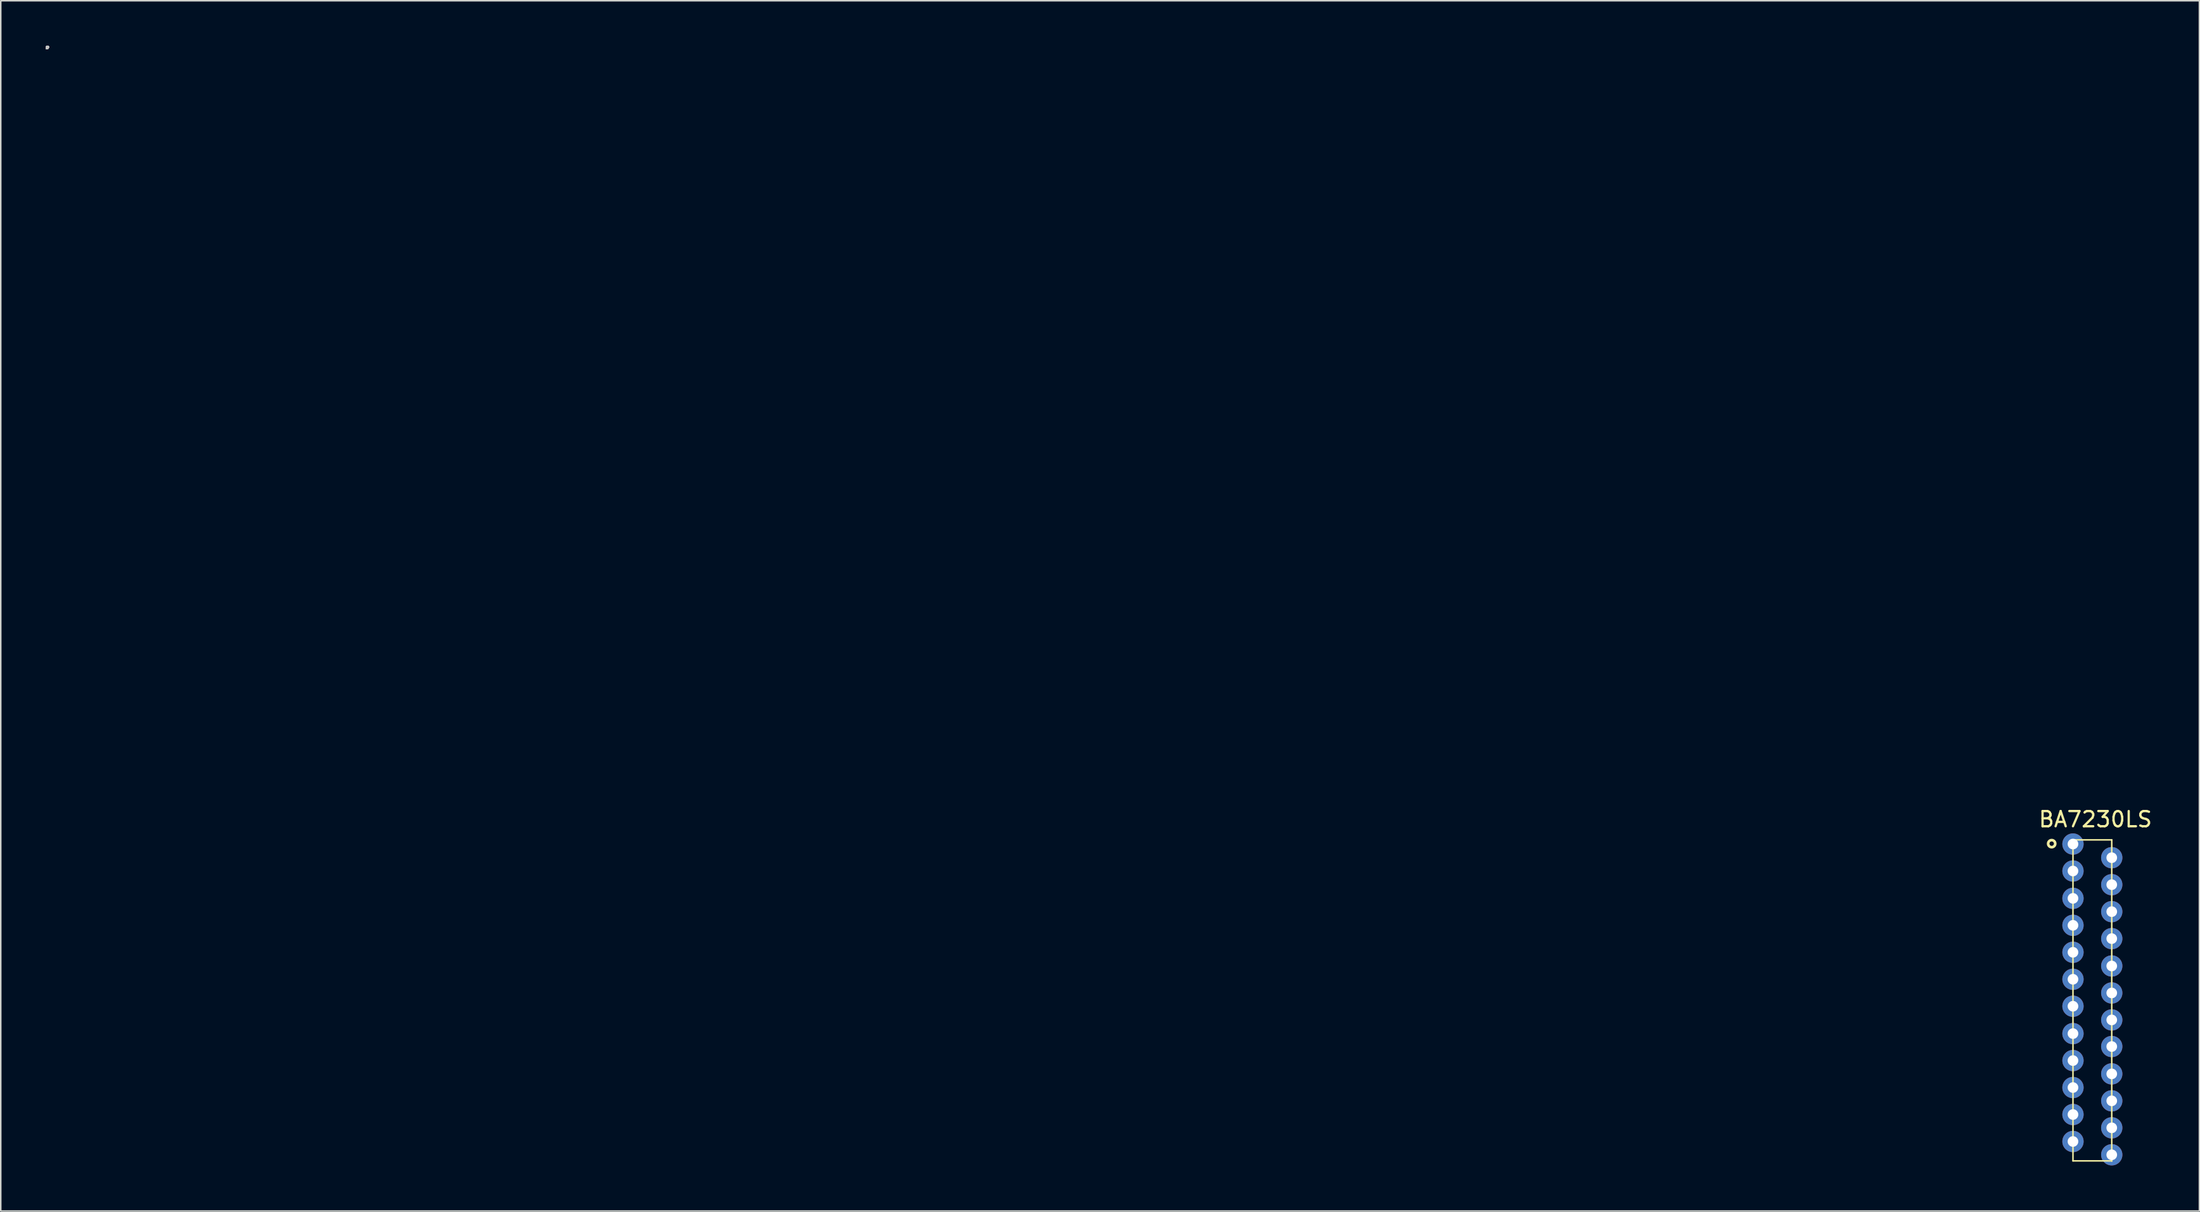
<source format=kicad_pcb>
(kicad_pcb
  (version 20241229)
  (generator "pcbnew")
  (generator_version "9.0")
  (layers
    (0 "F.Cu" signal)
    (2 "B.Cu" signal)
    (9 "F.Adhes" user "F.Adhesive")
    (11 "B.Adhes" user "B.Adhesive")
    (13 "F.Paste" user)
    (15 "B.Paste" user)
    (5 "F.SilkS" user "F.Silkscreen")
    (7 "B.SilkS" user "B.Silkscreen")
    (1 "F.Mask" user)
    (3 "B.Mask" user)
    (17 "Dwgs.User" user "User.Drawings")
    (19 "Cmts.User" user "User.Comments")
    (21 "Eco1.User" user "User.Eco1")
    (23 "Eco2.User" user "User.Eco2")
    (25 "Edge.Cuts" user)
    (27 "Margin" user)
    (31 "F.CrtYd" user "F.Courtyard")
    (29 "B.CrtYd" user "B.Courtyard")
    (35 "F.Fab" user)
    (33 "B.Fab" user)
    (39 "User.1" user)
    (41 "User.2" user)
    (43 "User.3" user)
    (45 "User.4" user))
  (footprint "BA7230LS"
    (layer "F.Cu")
    (at 134.35 61.917)
    (property "Reference" "BA7230LS" (at 0.4 -11.05 0) (layer "F.SilkS") (effects (font (size 1 1) (thickness 0.15))))
    (attr through_hole)
    (fp_line (start -1.075 -9.7) (end -1.075 11.425) (stroke (width 0.1) (type solid)) (layer "F.SilkS"))
    (fp_line (start -1.075 11.425) (end 1.475 11.425) (stroke (width 0.1) (type solid)) (layer "F.SilkS"))
    (fp_line (start 1.475 -9.7) (end -1.075 -9.7) (stroke (width 0.1) (type solid)) (layer "F.SilkS"))
    (fp_line (start 1.475 11.44) (end 1.475 -9.7) (stroke (width 0.1) (type solid)) (layer "F.SilkS"))
    (fp_circle (center -2.475 -9.45) (end -2.325 -9.325) (stroke (width 0.1) (type solid)) (fill no) (layer "F.SilkS"))
    (fp_circle (center -2.475 -9.45) (end -2.325 -9.225) (stroke (width 0.1) (type solid)) (fill no) (layer "F.SilkS"))
    (fp_line (start -134.3 -61.825) (end -134.3 -61.825) (stroke (width 0.1) (type solid)) (layer "Dwgs.User"))
    (fp_line (start -134.3 -61.825) (end -134.3 -61.825) (stroke (width 0.1) (type solid)) (layer "Dwgs.User"))
    (fp_line (start -134.3 -61.825) (end -134.3 -61.825) (stroke (width 0.1) (type solid)) (layer "Dwgs.User"))
    (fp_line (start -134.3 -61.825) (end -134.3 -61.825) (stroke (width 0.1) (type solid)) (layer "Dwgs.User"))
    (fp_line (start -134.3 -61.825) (end -134.3 -61.825) (stroke (width 0.1) (type solid)) (layer "Dwgs.User"))
    (fp_line (start -134.3 -61.825) (end -134.3 -61.825) (stroke (width 0.1) (type solid)) (layer "Dwgs.User"))
    (fp_line (start -134.3 -61.825) (end -134.3 -61.825) (stroke (width 0.1) (type solid)) (layer "Dwgs.User"))
    (fp_line (start -134.3 -61.825) (end -134.3 -61.825) (stroke (width 0.1) (type solid)) (layer "Dwgs.User"))
    (fp_line (start -134.3 -61.825) (end -134.3 -61.825) (stroke (width 0.1) (type solid)) (layer "Dwgs.User"))
    (fp_line (start -134.3 -61.825) (end -134.3 -61.825) (stroke (width 0.1) (type solid)) (layer "Dwgs.User"))
    (fp_line (start -134.3 -61.825) (end -134.3 -61.825) (stroke (width 0.1) (type solid)) (layer "Dwgs.User"))
    (fp_line (start -134.3 -61.825) (end -134.3 -61.825) (stroke (width 0.1) (type solid)) (layer "Dwgs.User"))
    (fp_line (start -134.3 -61.825) (end -134.3 -61.825) (stroke (width 0.1) (type solid)) (layer "Dwgs.User"))
    (fp_line (start -134.3 -61.825) (end -134.3 -61.825) (stroke (width 0.1) (type solid)) (layer "Dwgs.User"))
    (fp_line (start -134.3 -61.825) (end -134.3 -61.825) (stroke (width 0.1) (type solid)) (layer "Dwgs.User"))
    (fp_line (start -134.3 -61.825) (end -134.3 -61.825) (stroke (width 0.1) (type solid)) (layer "Dwgs.User"))
    (fp_line (start -134.3 -61.825) (end -134.3 -61.825) (stroke (width 0.1) (type solid)) (layer "Dwgs.User"))
    (fp_line (start -134.3 -61.825) (end -134.3 -61.825) (stroke (width 0.1) (type solid)) (layer "Dwgs.User"))
    (fp_line (start -134.3 -61.825) (end -134.3 -61.825) (stroke (width 0.1) (type solid)) (layer "Dwgs.User"))
    (fp_line (start -134.3 -61.825) (end -134.3 -61.825) (stroke (width 0.1) (type solid)) (layer "Dwgs.User"))
    (fp_line (start -134.3 -61.825) (end -134.3 -61.825) (stroke (width 0.1) (type solid)) (layer "Dwgs.User"))
    (fp_line (start -134.3 -61.825) (end -134.3 -61.825) (stroke (width 0.1) (type solid)) (layer "Dwgs.User"))
    (fp_line (start -134.3 -61.825) (end -134.3 -61.825) (stroke (width 0.1) (type solid)) (layer "Dwgs.User"))
    (fp_line (start -134.3 -61.825) (end -134.3 -61.825) (stroke (width 0.1) (type solid)) (layer "Dwgs.User"))
    (fp_line (start -134.3 -61.825) (end -134.3 -61.825) (stroke (width 0.1) (type solid)) (layer "Dwgs.User"))
    (fp_line (start -134.3 -61.825) (end -134.3 -61.825) (stroke (width 0.1) (type solid)) (layer "Dwgs.User"))
    (fp_line (start -134.3 -61.825) (end -134.3 -61.825) (stroke (width 0.1) (type solid)) (layer "Dwgs.User"))
    (fp_line (start -134.3 -61.825) (end -134.3 -61.825) (stroke (width 0.1) (type solid)) (layer "Dwgs.User"))
    (fp_line (start -134.3 -61.825) (end -134.3 -61.825) (stroke (width 0.1) (type solid)) (layer "Dwgs.User"))
    (fp_line (start -134.3 -61.825) (end -134.3 -61.825) (stroke (width 0.1) (type solid)) (layer "Dwgs.User"))
    (fp_line (start -134.3 -61.825) (end -134.3 -61.825) (stroke (width 0.1) (type solid)) (layer "Dwgs.User"))
    (fp_line (start -134.3 -61.825) (end -134.3 -61.825) (stroke (width 0.1) (type solid)) (layer "Dwgs.User"))
    (fp_line (start -134.3 -61.825) (end -134.3 -61.825) (stroke (width 0.1) (type solid)) (layer "Dwgs.User"))
    (fp_line (start -134.3 -61.825) (end -134.3 -61.825) (stroke (width 0.1) (type solid)) (layer "Dwgs.User"))
    (fp_line (start -134.3 -61.825) (end -134.3 -61.825) (stroke (width 0.1) (type solid)) (layer "Dwgs.User"))
    (fp_line (start -134.3 -61.825) (end -134.3 -61.825) (stroke (width 0.1) (type solid)) (layer "Dwgs.User"))
    (fp_line (start -134.3 -61.825) (end -134.3 -61.825) (stroke (width 0.1) (type solid)) (layer "Dwgs.User"))
    (fp_line (start -134.3 -61.825) (end -134.3 -61.825) (stroke (width 0.1) (type solid)) (layer "Dwgs.User"))
    (fp_line (start -134.3 -61.825) (end -134.3 -61.825) (stroke (width 0.1) (type solid)) (layer "Dwgs.User"))
    (fp_line (start -134.3 -61.825) (end -134.3 -61.825) (stroke (width 0.1) (type solid)) (layer "Dwgs.User"))
    (fp_line (start -134.3 -61.825) (end -134.3 -61.825) (stroke (width 0.1) (type solid)) (layer "Dwgs.User"))
    (fp_line (start -134.3 -61.825) (end -134.3 -61.825) (stroke (width 0.1) (type solid)) (layer "Dwgs.User"))
    (fp_line (start -134.3 -61.825) (end -134.3 -61.825) (stroke (width 0.1) (type solid)) (layer "Dwgs.User"))
    (fp_line (start -134.3 -61.825) (end -134.3 -61.825) (stroke (width 0.1) (type solid)) (layer "Dwgs.User"))
    (fp_line (start -134.3 -61.825) (end -134.3 -61.825) (stroke (width 0.1) (type solid)) (layer "Dwgs.User"))
    (fp_line (start -134.3 -61.825) (end -134.3 -61.825) (stroke (width 0.1) (type solid)) (layer "Dwgs.User"))
    (fp_line (start -134.3 -61.825) (end -134.3 -61.825) (stroke (width 0.1) (type solid)) (layer "Dwgs.User"))
    (fp_line (start -134.3 -61.825) (end -134.3 -61.825) (stroke (width 0.1) (type solid)) (layer "Dwgs.User"))
    (fp_line (start -134.3 -61.825) (end -134.3 -61.825) (stroke (width 0.1) (type solid)) (layer "Dwgs.User"))
    (fp_line (start -134.3 -61.825) (end -134.3 -61.825) (stroke (width 0.1) (type solid)) (layer "Dwgs.User"))
    (fp_line (start -134.3 -61.825) (end -134.3 -61.825) (stroke (width 0.1) (type solid)) (layer "Dwgs.User"))
    (fp_line (start -134.3 -61.825) (end -134.3 -61.825) (stroke (width 0.1) (type solid)) (layer "Dwgs.User"))
    (fp_line (start -134.3 -61.825) (end -134.3 -61.825) (stroke (width 0.1) (type solid)) (layer "Dwgs.User"))
    (fp_line (start -134.3 -61.825) (end -134.3 -61.825) (stroke (width 0.1) (type solid)) (layer "Dwgs.User"))
    (fp_line (start -134.3 -61.825) (end -134.3 -61.825) (stroke (width 0.1) (type solid)) (layer "Dwgs.User"))
    (fp_line (start -134.3 -61.825) (end -134.3 -61.825) (stroke (width 0.1) (type solid)) (layer "Dwgs.User"))
    (fp_line (start -134.3 -61.825) (end -134.3 -61.825) (stroke (width 0.1) (type solid)) (layer "Dwgs.User"))
    (fp_line (start -134.3 -61.825) (end -134.3 -61.825) (stroke (width 0.1) (type solid)) (layer "Dwgs.User"))
    (fp_line (start -134.3 -61.825) (end -134.3 -61.825) (stroke (width 0.1) (type solid)) (layer "Dwgs.User"))
    (fp_line (start -134.3 -61.825) (end -134.3 -61.825) (stroke (width 0.1) (type solid)) (layer "Dwgs.User"))
    (fp_line (start -134.3 -61.825) (end -134.3 -61.825) (stroke (width 0.1) (type solid)) (layer "Dwgs.User"))
    (fp_line (start -134.3 -61.825) (end -134.3 -61.825) (stroke (width 0.1) (type solid)) (layer "Dwgs.User"))
    (fp_line (start -134.3 -61.825) (end -134.3 -61.825) (stroke (width 0.1) (type solid)) (layer "Dwgs.User"))
    (fp_line (start -134.3 -61.825) (end -134.3 -61.825) (stroke (width 0.1) (type solid)) (layer "Dwgs.User"))
    (fp_line (start -134.3 -61.825) (end -134.3 -61.825) (stroke (width 0.1) (type solid)) (layer "Dwgs.User"))
    (fp_line (start -134.3 -61.825) (end -134.3 -61.825) (stroke (width 0.1) (type solid)) (layer "Dwgs.User"))
    (fp_line (start -134.3 -61.825) (end -134.3 -61.825) (stroke (width 0.1) (type solid)) (layer "Dwgs.User"))
    (fp_line (start -134.3 -61.825) (end -134.3 -61.825) (stroke (width 0.1) (type solid)) (layer "Dwgs.User"))
    (fp_line (start -134.3 -61.825) (end -134.3 -61.825) (stroke (width 0.1) (type solid)) (layer "Dwgs.User"))
    (fp_line (start -134.3 -61.825) (end -134.3 -61.825) (stroke (width 0.1) (type solid)) (layer "Dwgs.User"))
    (fp_line (start -134.3 -61.825) (end -134.3 -61.825) (stroke (width 0.1) (type solid)) (layer "Dwgs.User"))
    (fp_line (start -134.3 -61.825) (end -134.3 -61.825) (stroke (width 0.1) (type solid)) (layer "Dwgs.User"))
    (fp_line (start -134.3 -61.825) (end -134.3 -61.825) (stroke (width 0.1) (type solid)) (layer "Dwgs.User"))
    (fp_line (start -134.3 -61.825) (end -134.3 -61.825) (stroke (width 0.1) (type solid)) (layer "Dwgs.User"))
    (fp_line (start -134.3 -61.825) (end -134.3 -61.825) (stroke (width 0.1) (type solid)) (layer "Dwgs.User"))
    (fp_line (start -134.3 -61.825) (end -134.3 -61.825) (stroke (width 0.1) (type solid)) (layer "Dwgs.User"))
    (fp_line (start -134.3 -61.825) (end -134.3 -61.825) (stroke (width 0.1) (type solid)) (layer "Dwgs.User"))
    (fp_line (start -134.3 -61.825) (end -134.3 -61.825) (stroke (width 0.1) (type solid)) (layer "Dwgs.User"))
    (fp_line (start -134.3 -61.825) (end -134.3 -61.825) (stroke (width 0.1) (type solid)) (layer "Dwgs.User"))
    (fp_line (start -134.3 -61.825) (end -134.3 -61.825) (stroke (width 0.1) (type solid)) (layer "Dwgs.User"))
    (fp_line (start -134.3 -61.825) (end -134.3 -61.825) (stroke (width 0.1) (type solid)) (layer "Dwgs.User"))
    (fp_line (start -134.3 -61.825) (end -134.3 -61.825) (stroke (width 0.1) (type solid)) (layer "Dwgs.User"))
    (fp_line (start -134.3 -61.825) (end -134.3 -61.825) (stroke (width 0.1) (type solid)) (layer "Dwgs.User"))
    (fp_line (start -134.3 -61.825) (end -134.3 -61.825) (stroke (width 0.1) (type solid)) (layer "Dwgs.User"))
    (fp_line (start -134.3 -61.825) (end -134.3 -61.825) (stroke (width 0.1) (type solid)) (layer "Dwgs.User"))
    (fp_line (start -134.3 -61.825) (end -134.3 -61.825) (stroke (width 0.1) (type solid)) (layer "Dwgs.User"))
    (fp_line (start -134.3 -61.825) (end -134.3 -61.825) (stroke (width 0.1) (type solid)) (layer "Dwgs.User"))
    (fp_line (start -134.3 -61.825) (end -134.3 -61.825) (stroke (width 0.1) (type solid)) (layer "Dwgs.User"))
    (fp_line (start -134.3 -61.825) (end -134.3 -61.825) (stroke (width 0.1) (type solid)) (layer "Dwgs.User"))
    (fp_line (start -134.3 -61.825) (end -134.3 -61.825) (stroke (width 0.1) (type solid)) (layer "Dwgs.User"))
    (fp_line (start -134.3 -61.825) (end -134.3 -61.825) (stroke (width 0.1) (type solid)) (layer "Dwgs.User"))
    (fp_line (start -134.3 -61.825) (end -134.3 -61.825) (stroke (width 0.1) (type solid)) (layer "Dwgs.User"))
    (fp_line (start -134.3 -61.825) (end -134.3 -61.825) (stroke (width 0.1) (type solid)) (layer "Dwgs.User"))
    (fp_line (start -134.3 -61.825) (end -134.3 -61.825) (stroke (width 0.1) (type solid)) (layer "Dwgs.User"))
    (fp_line (start -134.3 -61.825) (end -134.3 -61.825) (stroke (width 0.1) (type solid)) (layer "Dwgs.User"))
    (fp_line (start -134.3 -61.825) (end -134.3 -61.825) (stroke (width 0.1) (type solid)) (layer "Dwgs.User"))
    (fp_line (start -134.3 -61.825) (end -134.3 -61.825) (stroke (width 0.1) (type solid)) (layer "Dwgs.User"))
    (fp_line (start -134.3 -61.825) (end -134.3 -61.825) (stroke (width 0.1) (type solid)) (layer "Dwgs.User"))
    (fp_line (start -134.3 -61.825) (end -134.3 -61.825) (stroke (width 0.1) (type solid)) (layer "Dwgs.User"))
    (fp_line (start -134.3 -61.825) (end -134.3 -61.825) (stroke (width 0.1) (type solid)) (layer "Dwgs.User"))
    (fp_line (start -134.3 -61.825) (end -134.3 -61.825) (stroke (width 0.1) (type solid)) (layer "Dwgs.User"))
    (fp_line (start -134.3 -61.825) (end -134.3 -61.825) (stroke (width 0.1) (type solid)) (layer "Dwgs.User"))
    (fp_line (start -134.3 -61.825) (end -134.3 -61.825) (stroke (width 0.1) (type solid)) (layer "Dwgs.User"))
    (fp_line (start -134.3 -61.825) (end -134.3 -61.825) (stroke (width 0.1) (type solid)) (layer "Dwgs.User"))
    (fp_line (start -134.3 -61.825) (end -134.3 -61.825) (stroke (width 0.1) (type solid)) (layer "Dwgs.User"))
    (fp_line (start -134.3 -61.825) (end -134.3 -61.825) (stroke (width 0.1) (type solid)) (layer "Dwgs.User"))
    (fp_line (start -134.3 -61.825) (end -134.3 -61.825) (stroke (width 0.1) (type solid)) (layer "Dwgs.User"))
    (fp_line (start -134.3 -61.825) (end -134.3 -61.825) (stroke (width 0.1) (type solid)) (layer "Dwgs.User"))
    (fp_line (start -134.3 -61.825) (end -134.3 -61.825) (stroke (width 0.1) (type solid)) (layer "Dwgs.User"))
    (fp_line (start -134.3 -61.825) (end -134.3 -61.825) (stroke (width 0.1) (type solid)) (layer "Dwgs.User"))
    (fp_line (start -134.3 -61.825) (end -134.3 -61.825) (stroke (width 0.1) (type solid)) (layer "Dwgs.User"))
    (fp_line (start -134.3 -61.825) (end -134.3 -61.825) (stroke (width 0.1) (type solid)) (layer "Dwgs.User"))
    (fp_line (start -134.3 -61.825) (end -134.3 -61.825) (stroke (width 0.1) (type solid)) (layer "Dwgs.User"))
    (fp_line (start -134.3 -61.825) (end -134.3 -61.825) (stroke (width 0.1) (type solid)) (layer "Dwgs.User"))
    (fp_line (start -134.3 -61.825) (end -134.3 -61.825) (stroke (width 0.1) (type solid)) (layer "Dwgs.User"))
    (fp_line (start -134.3 -61.825) (end -134.3 -61.825) (stroke (width 0.1) (type solid)) (layer "Dwgs.User"))
    (fp_line (start -134.3 -61.825) (end -134.3 -61.825) (stroke (width 0.1) (type solid)) (layer "Dwgs.User"))
    (fp_line (start -134.3 -61.825) (end -134.3 -61.825) (stroke (width 0.1) (type solid)) (layer "Dwgs.User"))
    (fp_line (start -134.3 -61.825) (end -134.3 -61.825) (stroke (width 0.1) (type solid)) (layer "Dwgs.User"))
    (fp_line (start -134.3 -61.825) (end -134.3 -61.825) (stroke (width 0.1) (type solid)) (layer "Dwgs.User"))
    (fp_line (start -134.3 -61.825) (end -134.3 -61.825) (stroke (width 0.1) (type solid)) (layer "Dwgs.User"))
    (fp_line (start -134.3 -61.825) (end -134.3 -61.825) (stroke (width 0.1) (type solid)) (layer "Dwgs.User"))
    (fp_line (start -134.3 -61.825) (end -134.3 -61.825) (stroke (width 0.1) (type solid)) (layer "Dwgs.User"))
    (fp_line (start -134.3 -61.825) (end -134.3 -61.825) (stroke (width 0.1) (type solid)) (layer "Dwgs.User"))
    (fp_line (start -134.3 -61.825) (end -134.3 -61.825) (stroke (width 0.1) (type solid)) (layer "Dwgs.User"))
    (fp_line (start -134.3 -61.825) (end -134.3 -61.825) (stroke (width 0.1) (type solid)) (layer "Dwgs.User"))
    (fp_line (start -134.3 -61.825) (end -134.3 -61.825) (stroke (width 0.1) (type solid)) (layer "Dwgs.User"))
    (fp_line (start -134.3 -61.825) (end -134.3 -61.825) (stroke (width 0.1) (type solid)) (layer "Dwgs.User"))
    (fp_line (start -134.3 -61.825) (end -134.3 -61.825) (stroke (width 0.1) (type solid)) (layer "Dwgs.User"))
    (fp_line (start -134.3 -61.825) (end -134.3 -61.825) (stroke (width 0.1) (type solid)) (layer "Dwgs.User"))
    (fp_line (start -134.3 -61.825) (end -134.3 -61.825) (stroke (width 0.1) (type solid)) (layer "Dwgs.User"))
    (fp_line (start -134.3 -61.825) (end -134.3 -61.825) (stroke (width 0.1) (type solid)) (layer "Dwgs.User"))
    (fp_line (start -134.3 -61.825) (end -134.3 -61.825) (stroke (width 0.1) (type solid)) (layer "Dwgs.User"))
    (fp_line (start -134.3 -61.825) (end -134.3 -61.825) (stroke (width 0.1) (type solid)) (layer "Dwgs.User"))
    (fp_line (start -134.3 -61.825) (end -134.3 -61.825) (stroke (width 0.1) (type solid)) (layer "Dwgs.User"))
    (fp_line (start -134.3 -61.825) (end -134.3 -61.825) (stroke (width 0.1) (type solid)) (layer "Dwgs.User"))
    (fp_line (start -134.3 -61.825) (end -134.3 -61.825) (stroke (width 0.1) (type solid)) (layer "Dwgs.User"))
    (fp_line (start -134.3 -61.825) (end -134.3 -61.825) (stroke (width 0.1) (type solid)) (layer "Dwgs.User"))
    (fp_line (start -134.3 -61.825) (end -134.3 -61.825) (stroke (width 0.1) (type solid)) (layer "Dwgs.User"))
    (fp_line (start -134.3 -61.825) (end -134.3 -61.825) (stroke (width 0.1) (type solid)) (layer "Dwgs.User"))
    (fp_line (start -134.3 -61.825) (end -134.3 -61.825) (stroke (width 0.1) (type solid)) (layer "Dwgs.User"))
    (fp_line (start -134.3 -61.825) (end -134.3 -61.825) (stroke (width 0.1) (type solid)) (layer "Dwgs.User"))
    (fp_line (start -134.3 -61.825) (end -134.3 -61.825) (stroke (width 0.1) (type solid)) (layer "Dwgs.User"))
    (fp_line (start -134.3 -61.825) (end -134.3 -61.825) (stroke (width 0.1) (type solid)) (layer "Dwgs.User"))
    (fp_line (start -134.3 -61.825) (end -134.3 -61.825) (stroke (width 0.1) (type solid)) (layer "Dwgs.User"))
    (fp_line (start -134.3 -61.825) (end -134.3 -61.825) (stroke (width 0.1) (type solid)) (layer "Dwgs.User"))
    (fp_line (start -134.3 -61.825) (end -134.3 -61.825) (stroke (width 0.1) (type solid)) (layer "Dwgs.User"))
    (fp_line (start -134.3 -61.825) (end -134.3 -61.825) (stroke (width 0.1) (type solid)) (layer "Dwgs.User"))
    (fp_line (start -134.3 -61.825) (end -134.3 -61.825) (stroke (width 0.1) (type solid)) (layer "Dwgs.User"))
    (fp_line (start -134.3 -61.825) (end -134.3 -61.825) (stroke (width 0.1) (type solid)) (layer "Dwgs.User"))
    (fp_line (start -134.3 -61.825) (end -134.3 -61.825) (stroke (width 0.1) (type solid)) (layer "Dwgs.User"))
    (fp_line (start -134.3 -61.825) (end -134.3 -61.825) (stroke (width 0.1) (type solid)) (layer "Dwgs.User"))
    (fp_line (start -134.3 -61.825) (end -134.3 -61.825) (stroke (width 0.1) (type solid)) (layer "Dwgs.User"))
    (fp_line (start -134.3 -61.825) (end -134.3 -61.825) (stroke (width 0.1) (type solid)) (layer "Dwgs.User"))
    (fp_line (start -134.3 -61.825) (end -134.3 -61.825) (stroke (width 0.1) (type solid)) (layer "Dwgs.User"))
    (fp_line (start -134.3 -61.825) (end -134.3 -61.825) (stroke (width 0.1) (type solid)) (layer "Dwgs.User"))
    (fp_line (start -134.3 -61.825) (end -134.3 -61.825) (stroke (width 0.1) (type solid)) (layer "Dwgs.User"))
    (fp_line (start -134.3 -61.825) (end -134.3 -61.825) (stroke (width 0.1) (type solid)) (layer "Dwgs.User"))
    (fp_line (start -134.3 -61.825) (end -134.3 -61.825) (stroke (width 0.1) (type solid)) (layer "Dwgs.User"))
    (fp_line (start -134.3 -61.825) (end -134.3 -61.825) (stroke (width 0.1) (type solid)) (layer "Dwgs.User"))
    (fp_line (start -134.3 -61.825) (end -134.3 -61.825) (stroke (width 0.1) (type solid)) (layer "Dwgs.User"))
    (fp_line (start -134.3 -61.825) (end -134.3 -61.825) (stroke (width 0.1) (type solid)) (layer "Dwgs.User"))
    (fp_line (start -134.3 -61.825) (end -134.3 -61.825) (stroke (width 0.1) (type solid)) (layer "Dwgs.User"))
    (fp_line (start -134.3 -61.825) (end -134.3 -61.825) (stroke (width 0.1) (type solid)) (layer "Dwgs.User"))
    (fp_line (start -134.3 -61.825) (end -134.3 -61.825) (stroke (width 0.1) (type solid)) (layer "Dwgs.User"))
    (fp_line (start -134.3 -61.825) (end -134.3 -61.825) (stroke (width 0.1) (type solid)) (layer "Dwgs.User"))
    (fp_line (start -134.3 -61.825) (end -134.3 -61.825) (stroke (width 0.1) (type solid)) (layer "Dwgs.User"))
    (fp_line (start -134.3 -61.825) (end -134.3 -61.825) (stroke (width 0.1) (type solid)) (layer "Dwgs.User"))
    (fp_line (start -134.3 -61.825) (end -134.3 -61.825) (stroke (width 0.1) (type solid)) (layer "Dwgs.User"))
    (fp_line (start -134.3 -61.825) (end -134.3 -61.825) (stroke (width 0.1) (type solid)) (layer "Dwgs.User"))
    (fp_line (start -134.3 -61.825) (end -134.3 -61.825) (stroke (width 0.1) (type solid)) (layer "Dwgs.User"))
    (fp_line (start -134.3 -61.825) (end -134.3 -61.825) (stroke (width 0.1) (type solid)) (layer "Dwgs.User"))
    (fp_line (start -134.3 -61.825) (end -134.3 -61.825) (stroke (width 0.1) (type solid)) (layer "Dwgs.User"))
    (fp_line (start -134.3 -61.825) (end -134.3 -61.825) (stroke (width 0.1) (type solid)) (layer "Dwgs.User"))
    (fp_line (start -134.3 -61.825) (end -134.3 -61.825) (stroke (width 0.1) (type solid)) (layer "Dwgs.User"))
    (fp_line (start -134.3 -61.825) (end -134.3 -61.825) (stroke (width 0.1) (type solid)) (layer "Dwgs.User"))
    (fp_line (start -134.3 -61.825) (end -134.3 -61.825) (stroke (width 0.1) (type solid)) (layer "Dwgs.User"))
    (fp_line (start -134.3 -61.825) (end -134.3 -61.825) (stroke (width 0.1) (type solid)) (layer "Dwgs.User"))
    (fp_line (start -134.3 -61.825) (end -134.3 -61.825) (stroke (width 0.1) (type solid)) (layer "Dwgs.User"))
    (fp_line (start -134.3 -61.825) (end -134.3 -61.825) (stroke (width 0.1) (type solid)) (layer "Dwgs.User"))
    (fp_line (start -134.3 -61.825) (end -134.3 -61.825) (stroke (width 0.1) (type solid)) (layer "Dwgs.User"))
    (fp_line (start -134.3 -61.825) (end -134.3 -61.825) (stroke (width 0.1) (type solid)) (layer "Dwgs.User"))
    (fp_line (start -134.3 -61.825) (end -134.3 -61.825) (stroke (width 0.1) (type solid)) (layer "Dwgs.User"))
    (fp_line (start -134.3 -61.825) (end -134.3 -61.825) (stroke (width 0.1) (type solid)) (layer "Dwgs.User"))
    (fp_line (start -134.3 -61.825) (end -134.3 -61.825) (stroke (width 0.1) (type solid)) (layer "Dwgs.User"))
    (fp_line (start -134.3 -61.825) (end -134.3 -61.825) (stroke (width 0.1) (type solid)) (layer "Dwgs.User"))
    (fp_line (start -134.3 -61.825) (end -134.3 -61.825) (stroke (width 0.1) (type solid)) (layer "Dwgs.User"))
    (fp_line (start -134.3 -61.825) (end -134.3 -61.825) (stroke (width 0.1) (type solid)) (layer "Dwgs.User"))
    (fp_line (start -134.3 -61.825) (end -134.3 -61.825) (stroke (width 0.1) (type solid)) (layer "Dwgs.User"))
    (fp_line (start -134.3 -61.825) (end -134.3 -61.825) (stroke (width 0.1) (type solid)) (layer "Dwgs.User"))
    (fp_line (start -134.3 -61.825) (end -134.3 -61.825) (stroke (width 0.1) (type solid)) (layer "Dwgs.User"))
    (fp_line (start -134.3 -61.825) (end -134.3 -61.825) (stroke (width 0.1) (type solid)) (layer "Dwgs.User"))
    (fp_line (start -134.3 -61.825) (end -134.3 -61.825) (stroke (width 0.1) (type solid)) (layer "Dwgs.User"))
    (fp_line (start -134.3 -61.825) (end -134.3 -61.825) (stroke (width 0.1) (type solid)) (layer "Dwgs.User"))
    (fp_line (start -134.3 -61.825) (end -134.3 -61.825) (stroke (width 0.1) (type solid)) (layer "Dwgs.User"))
    (fp_line (start -134.3 -61.825) (end -134.3 -61.825) (stroke (width 0.1) (type solid)) (layer "Dwgs.User"))
    (fp_line (start -134.3 -61.825) (end -134.3 -61.825) (stroke (width 0.1) (type solid)) (layer "Dwgs.User"))
    (fp_line (start -134.3 -61.825) (end -134.3 -61.825) (stroke (width 0.1) (type solid)) (layer "Dwgs.User"))
    (fp_line (start -134.3 -61.825) (end -134.3 -61.825) (stroke (width 0.1) (type solid)) (layer "Dwgs.User"))
    (fp_line (start -134.3 -61.825) (end -134.3 -61.825) (stroke (width 0.1) (type solid)) (layer "Dwgs.User"))
    (fp_line (start -134.3 -61.825) (end -134.3 -61.825) (stroke (width 0.1) (type solid)) (layer "Dwgs.User"))
    (fp_line (start -134.3 -61.825) (end -134.3 -61.825) (stroke (width 0.1) (type solid)) (layer "Dwgs.User"))
    (fp_line (start -134.3 -61.825) (end -134.3 -61.825) (stroke (width 0.1) (type solid)) (layer "Dwgs.User"))
    (fp_line (start -134.3 -61.825) (end -134.3 -61.825) (stroke (width 0.1) (type solid)) (layer "Dwgs.User"))
    (fp_line (start -134.3 -61.825) (end -134.3 -61.825) (stroke (width 0.1) (type solid)) (layer "Dwgs.User"))
    (fp_line (start -134.3 -61.825) (end -134.3 -61.825) (stroke (width 0.1) (type solid)) (layer "Dwgs.User"))
    (fp_line (start -134.3 -61.825) (end -134.3 -61.825) (stroke (width 0.1) (type solid)) (layer "Dwgs.User"))
    (fp_line (start -134.3 -61.825) (end -134.3 -61.825) (stroke (width 0.1) (type solid)) (layer "Dwgs.User"))
    (fp_line (start -134.3 -61.825) (end -134.3 -61.825) (stroke (width 0.1) (type solid)) (layer "Dwgs.User"))
    (fp_line (start -134.3 -61.825) (end -134.3 -61.825) (stroke (width 0.1) (type solid)) (layer "Dwgs.User"))
    (fp_line (start -134.3 -61.825) (end -134.3 -61.825) (stroke (width 0.1) (type solid)) (layer "Dwgs.User"))
    (fp_line (start -134.3 -61.825) (end -134.3 -61.825) (stroke (width 0.1) (type solid)) (layer "Dwgs.User"))
    (fp_line (start -134.3 -61.825) (end -134.3 -61.825) (stroke (width 0.1) (type solid)) (layer "Dwgs.User"))
    (fp_line (start -134.3 -61.825) (end -134.3 -61.825) (stroke (width 0.1) (type solid)) (layer "Dwgs.User"))
    (fp_line (start -134.3 -61.825) (end -134.3 -61.825) (stroke (width 0.1) (type solid)) (layer "Dwgs.User"))
    (fp_line (start -134.3 -61.825) (end -134.3 -61.825) (stroke (width 0.1) (type solid)) (layer "Dwgs.User"))
    (fp_line (start -134.3 -61.825) (end -134.3 -61.825) (stroke (width 0.1) (type solid)) (layer "Dwgs.User"))
    (fp_line (start -134.3 -61.825) (end -134.3 -61.825) (stroke (width 0.1) (type solid)) (layer "Dwgs.User"))
    (fp_line (start -134.3 -61.825) (end -134.3 -61.825) (stroke (width 0.1) (type solid)) (layer "Dwgs.User"))
    (fp_line (start -134.3 -61.825) (end -134.3 -61.825) (stroke (width 0.1) (type solid)) (layer "Dwgs.User"))
    (fp_line (start -134.3 -61.825) (end -134.3 -61.825) (stroke (width 0.1) (type solid)) (layer "Dwgs.User"))
    (fp_line (start -134.3 -61.825) (end -134.3 -61.825) (stroke (width 0.1) (type solid)) (layer "Dwgs.User"))
    (fp_line (start -134.3 -61.825) (end -134.3 -61.825) (stroke (width 0.1) (type solid)) (layer "Dwgs.User"))
    (fp_line (start -134.3 -61.825) (end -134.3 -61.825) (stroke (width 0.1) (type solid)) (layer "Dwgs.User"))
    (fp_line (start -134.3 -61.825) (end -134.3 -61.825) (stroke (width 0.1) (type solid)) (layer "Dwgs.User"))
    (fp_line (start -134.3 -61.825) (end -134.3 -61.825) (stroke (width 0.1) (type solid)) (layer "Dwgs.User"))
    (fp_line (start -134.3 -61.825) (end -134.3 -61.825) (stroke (width 0.1) (type solid)) (layer "Dwgs.User"))
    (fp_line (start -134.3 -61.825) (end -134.3 -61.825) (stroke (width 0.1) (type solid)) (layer "Dwgs.User"))
    (fp_line (start -134.3 -61.825) (end -134.3 -61.825) (stroke (width 0.1) (type solid)) (layer "Dwgs.User"))
    (fp_line (start -134.3 -61.825) (end -134.3 -61.825) (stroke (width 0.1) (type solid)) (layer "Dwgs.User"))
    (fp_line (start -134.3 -61.825) (end -134.3 -61.825) (stroke (width 0.1) (type solid)) (layer "Dwgs.User"))
    (fp_line (start -134.3 -61.825) (end -134.3 -61.825) (stroke (width 0.1) (type solid)) (layer "Dwgs.User"))
    (fp_line (start -134.3 -61.825) (end -134.3 -61.825) (stroke (width 0.1) (type solid)) (layer "Dwgs.User"))
    (fp_line (start -134.3 -61.825) (end -134.3 -61.825) (stroke (width 0.1) (type solid)) (layer "Dwgs.User"))
    (fp_line (start -134.3 -61.825) (end -134.3 -61.825) (stroke (width 0.1) (type solid)) (layer "Dwgs.User"))
    (fp_line (start -134.3 -61.825) (end -134.3 -61.825) (stroke (width 0.1) (type solid)) (layer "Dwgs.User"))
    (fp_line (start -134.3 -61.825) (end -134.3 -61.825) (stroke (width 0.1) (type solid)) (layer "Dwgs.User"))
    (fp_line (start -134.3 -61.825) (end -134.3 -61.825) (stroke (width 0.1) (type solid)) (layer "Dwgs.User"))
    (fp_line (start -134.3 -61.825) (end -134.3 -61.825) (stroke (width 0.1) (type solid)) (layer "Dwgs.User"))
    (fp_line (start -134.3 -61.825) (end -134.3 -61.825) (stroke (width 0.1) (type solid)) (layer "Dwgs.User"))
    (fp_line (start -134.3 -61.825) (end -134.3 -61.825) (stroke (width 0.1) (type solid)) (layer "Dwgs.User"))
    (fp_line (start -134.3 -61.825) (end -134.3 -61.825) (stroke (width 0.1) (type solid)) (layer "Dwgs.User"))
    (fp_line (start -134.3 -61.825) (end -134.3 -61.825) (stroke (width 0.1) (type solid)) (layer "Dwgs.User"))
    (fp_line (start -134.3 -61.825) (end -134.3 -61.825) (stroke (width 0.1) (type solid)) (layer "Dwgs.User"))
    (fp_line (start -134.3 -61.825) (end -134.3 -61.825) (stroke (width 0.1) (type solid)) (layer "Dwgs.User"))
    (fp_line (start -134.3 -61.825) (end -134.3 -61.825) (stroke (width 0.1) (type solid)) (layer "Dwgs.User"))
    (fp_line (start -134.3 -61.825) (end -134.3 -61.825) (stroke (width 0.1) (type solid)) (layer "Dwgs.User"))
    (fp_line (start -134.3 -61.825) (end -134.3 -61.825) (stroke (width 0.1) (type solid)) (layer "Dwgs.User"))
    (fp_line (start -134.3 -61.825) (end -134.3 -61.825) (stroke (width 0.1) (type solid)) (layer "Dwgs.User"))
    (fp_line (start -134.3 -61.825) (end -134.3 -61.825) (stroke (width 0.1) (type solid)) (layer "Dwgs.User"))
    (fp_line (start -134.3 -61.825) (end -134.3 -61.825) (stroke (width 0.1) (type solid)) (layer "Dwgs.User"))
    (fp_line (start -134.3 -61.825) (end -134.3 -61.825) (stroke (width 0.1) (type solid)) (layer "Dwgs.User"))
    (fp_line (start -134.3 -61.825) (end -134.3 -61.825) (stroke (width 0.1) (type solid)) (layer "Dwgs.User"))
    (fp_line (start -134.3 -61.825) (end -134.3 -61.825) (stroke (width 0.1) (type solid)) (layer "Dwgs.User"))
    (fp_line (start -134.3 -61.825) (end -134.3 -61.825) (stroke (width 0.1) (type solid)) (layer "Dwgs.User"))
    (fp_line (start -134.3 -61.825) (end -134.3 -61.825) (stroke (width 0.1) (type solid)) (layer "Dwgs.User"))
    (fp_line (start -134.3 -61.825) (end -134.3 -61.825) (stroke (width 0.1) (type solid)) (layer "Dwgs.User"))
    (fp_line (start -134.3 -61.825) (end -134.3 -61.825) (stroke (width 0.1) (type solid)) (layer "Dwgs.User"))
    (fp_line (start -134.3 -61.825) (end -134.3 -61.825) (stroke (width 0.1) (type solid)) (layer "Dwgs.User"))
    (fp_line (start -134.3 -61.825) (end -134.3 -61.825) (stroke (width 0.1) (type solid)) (layer "Dwgs.User"))
    (fp_line (start -134.3 -61.825) (end -134.3 -61.825) (stroke (width 0.1) (type solid)) (layer "Dwgs.User"))
    (fp_line (start -134.3 -61.825) (end -134.3 -61.825) (stroke (width 0.1) (type solid)) (layer "Dwgs.User"))
    (fp_line (start -134.3 -61.825) (end -134.3 -61.825) (stroke (width 0.1) (type solid)) (layer "Dwgs.User"))
    (fp_line (start -134.3 -61.825) (end -134.3 -61.825) (stroke (width 0.1) (type solid)) (layer "Dwgs.User"))
    (fp_line (start -134.3 -61.825) (end -134.3 -61.825) (stroke (width 0.1) (type solid)) (layer "Dwgs.User"))
    (fp_line (start -134.3 -61.825) (end -134.3 -61.825) (stroke (width 0.1) (type solid)) (layer "Dwgs.User"))
    (fp_line (start -134.3 -61.825) (end -134.3 -61.825) (stroke (width 0.1) (type solid)) (layer "Dwgs.User"))
    (fp_line (start -134.3 -61.825) (end -134.3 -61.825) (stroke (width 0.1) (type solid)) (layer "Dwgs.User"))
    (fp_line (start -134.3 -61.825) (end -134.3 -61.825) (stroke (width 0.1) (type solid)) (layer "Dwgs.User"))
    (fp_line (start -134.3 -61.825) (end -134.3 -61.825) (stroke (width 0.1) (type solid)) (layer "Dwgs.User"))
    (fp_line (start -134.3 -61.825) (end -134.3 -61.825) (stroke (width 0.1) (type solid)) (layer "Dwgs.User"))
    (fp_line (start -134.3 -61.825) (end -134.3 -61.825) (stroke (width 0.1) (type solid)) (layer "Dwgs.User"))
    (fp_line (start -134.3 -61.825) (end -134.3 -61.825) (stroke (width 0.1) (type solid)) (layer "Dwgs.User"))
    (fp_line (start -134.3 -61.825) (end -134.3 -61.825) (stroke (width 0.1) (type solid)) (layer "Dwgs.User"))
    (fp_line (start -134.3 -61.825) (end -134.3 -61.825) (stroke (width 0.1) (type solid)) (layer "Dwgs.User"))
    (fp_line (start -134.3 -61.825) (end -134.3 -61.825) (stroke (width 0.1) (type solid)) (layer "Dwgs.User"))
    (fp_line (start -134.3 -61.825) (end -134.3 -61.825) (stroke (width 0.1) (type solid)) (layer "Dwgs.User"))
    (fp_line (start -134.3 -61.825) (end -134.3 -61.825) (stroke (width 0.1) (type solid)) (layer "Dwgs.User"))
    (fp_line (start -134.3 -61.825) (end -134.3 -61.825) (stroke (width 0.1) (type solid)) (layer "Dwgs.User"))
    (fp_line (start -134.3 -61.825) (end -134.3 -61.825) (stroke (width 0.1) (type solid)) (layer "Dwgs.User"))
    (fp_line (start -134.3 -61.825) (end -134.3 -61.825) (stroke (width 0.1) (type solid)) (layer "Dwgs.User"))
    (fp_line (start -134.3 -61.825) (end -134.3 -61.825) (stroke (width 0.1) (type solid)) (layer "Dwgs.User"))
    (fp_line (start -134.3 -61.825) (end -134.3 -61.825) (stroke (width 0.1) (type solid)) (layer "Dwgs.User"))
    (fp_line (start -134.3 -61.825) (end -134.3 -61.825) (stroke (width 0.1) (type solid)) (layer "Dwgs.User"))
    (fp_line (start -134.3 -61.825) (end -134.3 -61.825) (stroke (width 0.1) (type solid)) (layer "Dwgs.User"))
    (fp_line (start -134.3 -61.825) (end -134.3 -61.825) (stroke (width 0.1) (type solid)) (layer "Dwgs.User"))
    (fp_line (start -134.3 -61.825) (end -134.3 -61.825) (stroke (width 0.1) (type solid)) (layer "Dwgs.User"))
    (fp_line (start -134.3 -61.825) (end -134.3 -61.825) (stroke (width 0.1) (type solid)) (layer "Dwgs.User"))
    (fp_line (start -134.3 -61.825) (end -134.3 -61.825) (stroke (width 0.1) (type solid)) (layer "Dwgs.User"))
    (fp_line (start -134.3 -61.825) (end -134.3 -61.825) (stroke (width 0.1) (type solid)) (layer "Dwgs.User"))
    (fp_line (start -134.3 -61.825) (end -134.3 -61.825) (stroke (width 0.1) (type solid)) (layer "Dwgs.User"))
    (fp_line (start -134.3 -61.825) (end -134.3 -61.825) (stroke (width 0.1) (type solid)) (layer "Dwgs.User"))
    (fp_line (start -134.3 -61.825) (end -134.3 -61.825) (stroke (width 0.1) (type solid)) (layer "Dwgs.User"))
    (fp_line (start -134.3 -61.825) (end -134.3 -61.825) (stroke (width 0.1) (type solid)) (layer "Dwgs.User"))
    (fp_line (start -134.3 -61.825) (end -134.3 -61.825) (stroke (width 0.1) (type solid)) (layer "Dwgs.User"))
    (fp_line (start -134.3 -61.825) (end -134.3 -61.825) (stroke (width 0.1) (type solid)) (layer "Dwgs.User"))
    (fp_line (start -134.3 -61.825) (end -134.3 -61.825) (stroke (width 0.1) (type solid)) (layer "Dwgs.User"))
    (fp_line (start -134.3 -61.825) (end -134.3 -61.825) (stroke (width 0.1) (type solid)) (layer "Dwgs.User"))
    (fp_line (start -134.3 -61.825) (end -134.3 -61.825) (stroke (width 0.1) (type solid)) (layer "Dwgs.User"))
    (fp_line (start -134.3 -61.825) (end -134.3 -61.825) (stroke (width 0.1) (type solid)) (layer "Dwgs.User"))
    (fp_line (start -134.3 -61.825) (end -134.3 -61.825) (stroke (width 0.1) (type solid)) (layer "Dwgs.User"))
    (fp_line (start -134.3 -61.825) (end -134.3 -61.825) (stroke (width 0.1) (type solid)) (layer "Dwgs.User"))
    (fp_line (start -134.3 -61.825) (end -134.3 -61.825) (stroke (width 0.1) (type solid)) (layer "Dwgs.User"))
    (fp_line (start -134.3 -61.825) (end -134.3 -61.825) (stroke (width 0.1) (type solid)) (layer "Dwgs.User"))
    (fp_line (start -134.3 -61.825) (end -134.3 -61.825) (stroke (width 0.1) (type solid)) (layer "Dwgs.User"))
    (fp_line (start -134.3 -61.825) (end -134.3 -61.825) (stroke (width 0.1) (type solid)) (layer "Dwgs.User"))
    (fp_line (start -134.3 -61.825) (end -134.3 -61.825) (stroke (width 0.1) (type solid)) (layer "Dwgs.User"))
    (fp_line (start -134.3 -61.825) (end -134.3 -61.825) (stroke (width 0.1) (type solid)) (layer "Dwgs.User"))
    (fp_line (start -134.3 -61.825) (end -134.3 -61.825) (stroke (width 0.1) (type solid)) (layer "Dwgs.User"))
    (fp_line (start -134.3 -61.825) (end -134.3 -61.825) (stroke (width 0.1) (type solid)) (layer "Dwgs.User"))
    (fp_line (start -134.3 -61.825) (end -134.3 -61.825) (stroke (width 0.1) (type solid)) (layer "Dwgs.User"))
    (fp_line (start -134.3 -61.825) (end -134.3 -61.825) (stroke (width 0.1) (type solid)) (layer "Dwgs.User"))
    (fp_line (start -134.3 -61.825) (end -134.3 -61.825) (stroke (width 0.1) (type solid)) (layer "Dwgs.User"))
    (fp_line (start -134.3 -61.825) (end -134.3 -61.825) (stroke (width 0.1) (type solid)) (layer "Dwgs.User"))
    (fp_line (start -134.3 -61.825) (end -134.3 -61.825) (stroke (width 0.1) (type solid)) (layer "Dwgs.User"))
    (fp_line (start -134.3 -61.825) (end -134.3 -61.825) (stroke (width 0.1) (type solid)) (layer "Dwgs.User"))
    (fp_line (start -134.3 -61.825) (end -134.3 -61.825) (stroke (width 0.1) (type solid)) (layer "Dwgs.User"))
    (fp_line (start -134.3 -61.825) (end -134.3 -61.825) (stroke (width 0.1) (type solid)) (layer "Dwgs.User"))
    (fp_line (start -134.3 -61.825) (end -134.3 -61.825) (stroke (width 0.1) (type solid)) (layer "Dwgs.User"))
    (fp_line (start -134.3 -61.825) (end -134.3 -61.825) (stroke (width 0.1) (type solid)) (layer "Dwgs.User"))
    (fp_line (start -134.3 -61.825) (end -134.3 -61.825) (stroke (width 0.1) (type solid)) (layer "Dwgs.User"))
    (fp_line (start -134.3 -61.825) (end -134.3 -61.825) (stroke (width 0.1) (type solid)) (layer "Dwgs.User"))
    (fp_line (start -134.3 -61.825) (end -134.3 -61.825) (stroke (width 0.1) (type solid)) (layer "Dwgs.User"))
    (fp_line (start -134.3 -61.825) (end -134.3 -61.825) (stroke (width 0.1) (type solid)) (layer "Dwgs.User"))
    (fp_line (start -134.3 -61.825) (end -134.3 -61.825) (stroke (width 0.1) (type solid)) (layer "Dwgs.User"))
    (fp_line (start -134.3 -61.825) (end -134.3 -61.825) (stroke (width 0.1) (type solid)) (layer "Dwgs.User"))
    (fp_line (start -134.3 -61.825) (end -134.3 -61.825) (stroke (width 0.1) (type solid)) (layer "Dwgs.User"))
    (fp_line (start -134.3 -61.825) (end -134.3 -61.825) (stroke (width 0.1) (type solid)) (layer "Dwgs.User"))
    (fp_line (start -134.3 -61.825) (end -134.3 -61.825) (stroke (width 0.1) (type solid)) (layer "Dwgs.User"))
    (fp_line (start -134.3 -61.825) (end -134.3 -61.825) (stroke (width 0.1) (type solid)) (layer "Dwgs.User"))
    (fp_line (start -134.3 -61.825) (end -134.3 -61.825) (stroke (width 0.1) (type solid)) (layer "Dwgs.User"))
    (fp_line (start -134.3 -61.825) (end -134.3 -61.825) (stroke (width 0.1) (type solid)) (layer "Dwgs.User"))
    (fp_line (start -134.3 -61.825) (end -134.3 -61.825) (stroke (width 0.1) (type solid)) (layer "Dwgs.User"))
    (fp_line (start -134.3 -61.825) (end -134.3 -61.825) (stroke (width 0.1) (type solid)) (layer "Dwgs.User"))
    (fp_line (start -134.3 -61.825) (end -134.3 -61.825) (stroke (width 0.1) (type solid)) (layer "Dwgs.User"))
    (fp_line (start -134.3 -61.825) (end -134.3 -61.825) (stroke (width 0.1) (type solid)) (layer "Dwgs.User"))
    (fp_line (start -134.3 -61.825) (end -134.3 -61.825) (stroke (width 0.1) (type solid)) (layer "Dwgs.User"))
    (fp_line (start -134.3 -61.825) (end -134.3 -61.825) (stroke (width 0.1) (type solid)) (layer "Dwgs.User"))
    (fp_line (start -134.3 -61.825) (end -134.3 -61.825) (stroke (width 0.1) (type solid)) (layer "Dwgs.User"))
    (fp_line (start -134.3 -61.825) (end -134.3 -61.825) (stroke (width 0.1) (type solid)) (layer "Dwgs.User"))
    (fp_line (start -134.3 -61.825) (end -134.3 -61.825) (stroke (width 0.1) (type solid)) (layer "Dwgs.User"))
    (fp_line (start -134.3 -61.825) (end -134.3 -61.825) (stroke (width 0.1) (type solid)) (layer "Dwgs.User"))
    (fp_line (start -134.3 -61.825) (end -134.3 -61.825) (stroke (width 0.1) (type solid)) (layer "Dwgs.User"))
    (fp_line (start -134.3 -61.825) (end -134.3 -61.825) (stroke (width 0.1) (type solid)) (layer "Dwgs.User"))
    (fp_line (start -134.3 -61.825) (end -134.3 -61.825) (stroke (width 0.1) (type solid)) (layer "Dwgs.User"))
    (fp_line (start -134.3 -61.825) (end -134.3 -61.825) (stroke (width 0.1) (type solid)) (layer "Dwgs.User"))
    (fp_line (start -134.3 -61.825) (end -134.3 -61.825) (stroke (width 0.1) (type solid)) (layer "Dwgs.User"))
    (fp_line (start -134.3 -61.825) (end -134.3 -61.825) (stroke (width 0.1) (type solid)) (layer "Dwgs.User"))
    (fp_line (start -134.3 -61.825) (end -134.3 -61.825) (stroke (width 0.1) (type solid)) (layer "Dwgs.User"))
    (fp_line (start -134.3 -61.825) (end -134.3 -61.825) (stroke (width 0.1) (type solid)) (layer "Dwgs.User"))
    (fp_line (start -134.3 -61.825) (end -134.3 -61.825) (stroke (width 0.1) (type solid)) (layer "Dwgs.User"))
    (fp_line (start -134.3 -61.825) (end -134.3 -61.825) (stroke (width 0.1) (type solid)) (layer "Dwgs.User"))
    (fp_line (start -134.3 -61.825) (end -134.3 -61.825) (stroke (width 0.1) (type solid)) (layer "Dwgs.User"))
    (fp_line (start -134.3 -61.825) (end -134.3 -61.825) (stroke (width 0.1) (type solid)) (layer "Dwgs.User"))
    (fp_line (start -134.3 -61.825) (end -134.3 -61.825) (stroke (width 0.1) (type solid)) (layer "Dwgs.User"))
    (fp_line (start -134.3 -61.825) (end -134.3 -61.825) (stroke (width 0.1) (type solid)) (layer "Dwgs.User"))
    (fp_line (start -134.3 -61.825) (end -134.3 -61.825) (stroke (width 0.1) (type solid)) (layer "Dwgs.User"))
    (fp_line (start -134.3 -61.825) (end -134.3 -61.825) (stroke (width 0.1) (type solid)) (layer "Dwgs.User"))
    (fp_line (start -134.3 -61.825) (end -134.3 -61.825) (stroke (width 0.1) (type solid)) (layer "Dwgs.User"))
    (fp_line (start -134.3 -61.825) (end -134.3 -61.825) (stroke (width 0.1) (type solid)) (layer "Dwgs.User"))
    (fp_line (start -134.3 -61.825) (end -134.3 -61.825) (stroke (width 0.1) (type solid)) (layer "Dwgs.User"))
    (fp_line (start -134.3 -61.825) (end -134.3 -61.825) (stroke (width 0.1) (type solid)) (layer "Dwgs.User"))
    (fp_line (start -134.3 -61.825) (end -134.3 -61.825) (stroke (width 0.1) (type solid)) (layer "Dwgs.User"))
    (fp_line (start -134.3 -61.825) (end -134.3 -61.825) (stroke (width 0.1) (type solid)) (layer "Dwgs.User"))
    (fp_line (start -134.3 -61.825) (end -134.3 -61.825) (stroke (width 0.1) (type solid)) (layer "Dwgs.User"))
    (fp_line (start -134.3 -61.825) (end -134.3 -61.825) (stroke (width 0.1) (type solid)) (layer "Dwgs.User"))
    (fp_line (start -134.3 -61.825) (end -134.3 -61.825) (stroke (width 0.1) (type solid)) (layer "Dwgs.User"))
    (fp_line (start -134.3 -61.825) (end -134.3 -61.825) (stroke (width 0.1) (type solid)) (layer "Dwgs.User"))
    (fp_line (start -134.3 -61.825) (end -134.3 -61.825) (stroke (width 0.1) (type solid)) (layer "Dwgs.User"))
    (fp_line (start -134.3 -61.825) (end -134.3 -61.825) (stroke (width 0.1) (type solid)) (layer "Dwgs.User"))
    (fp_line (start -134.3 -61.825) (end -134.3 -61.825) (stroke (width 0.1) (type solid)) (layer "Dwgs.User"))
    (fp_line (start -134.3 -61.825) (end -134.3 -61.825) (stroke (width 0.1) (type solid)) (layer "Dwgs.User"))
    (fp_line (start -134.3 -61.825) (end -134.3 -61.825) (stroke (width 0.1) (type solid)) (layer "Dwgs.User"))
    (fp_line (start -134.3 -61.825) (end -134.3 -61.825) (stroke (width 0.1) (type solid)) (layer "Dwgs.User"))
    (fp_line (start -134.3 -61.825) (end -134.3 -61.825) (stroke (width 0.1) (type solid)) (layer "Dwgs.User"))
    (fp_line (start -134.3 -61.825) (end -134.3 -61.825) (stroke (width 0.1) (type solid)) (layer "Dwgs.User"))
    (fp_line (start -134.3 -61.825) (end -134.3 -61.825) (stroke (width 0.1) (type solid)) (layer "Dwgs.User"))
    (fp_line (start -134.3 -61.825) (end -134.3 -61.825) (stroke (width 0.1) (type solid)) (layer "Dwgs.User"))
    (fp_line (start -134.3 -61.825) (end -134.3 -61.825) (stroke (width 0.1) (type solid)) (layer "Dwgs.User"))
    (fp_line (start -134.3 -61.825) (end -134.3 -61.825) (stroke (width 0.1) (type solid)) (layer "Dwgs.User"))
    (fp_line (start -134.3 -61.825) (end -134.3 -61.825) (stroke (width 0.1) (type solid)) (layer "Dwgs.User"))
    (fp_line (start -134.3 -61.825) (end -134.3 -61.825) (stroke (width 0.1) (type solid)) (layer "Dwgs.User"))
    (fp_line (start -134.3 -61.825) (end -134.3 -61.825) (stroke (width 0.1) (type solid)) (layer "Dwgs.User"))
    (fp_line (start -134.3 -61.825) (end -134.3 -61.825) (stroke (width 0.1) (type solid)) (layer "Dwgs.User"))
    (fp_line (start -134.3 -61.825) (end -134.3 -61.825) (stroke (width 0.1) (type solid)) (layer "Dwgs.User"))
    (fp_line (start -134.3 -61.825) (end -134.3 -61.825) (stroke (width 0.1) (type solid)) (layer "Dwgs.User"))
    (fp_line (start -134.3 -61.825) (end -134.3 -61.825) (stroke (width 0.1) (type solid)) (layer "Dwgs.User"))
    (fp_line (start -134.3 -61.825) (end -134.3 -61.825) (stroke (width 0.1) (type solid)) (layer "Dwgs.User"))
    (fp_line (start -134.3 -61.825) (end -134.3 -61.825) (stroke (width 0.1) (type solid)) (layer "Dwgs.User"))
    (fp_line (start -134.3 -61.825) (end -134.3 -61.825) (stroke (width 0.1) (type solid)) (layer "Dwgs.User"))
    (fp_line (start -134.3 -61.825) (end -134.3 -61.825) (stroke (width 0.1) (type solid)) (layer "Dwgs.User"))
    (fp_line (start -134.3 -61.825) (end -134.3 -61.825) (stroke (width 0.1) (type solid)) (layer "Dwgs.User"))
    (fp_line (start -134.3 -61.825) (end -134.3 -61.825) (stroke (width 0.1) (type solid)) (layer "Dwgs.User"))
    (fp_line (start -134.3 -61.825) (end -134.3 -61.825) (stroke (width 0.1) (type solid)) (layer "Dwgs.User"))
    (fp_line (start -134.3 -61.825) (end -134.3 -61.825) (stroke (width 0.1) (type solid)) (layer "Dwgs.User"))
    (fp_line (start -134.3 -61.825) (end -134.3 -61.825) (stroke (width 0.1) (type solid)) (layer "Dwgs.User"))
    (fp_line (start -134.3 -61.825) (end -134.3 -61.825) (stroke (width 0.1) (type solid)) (layer "Dwgs.User"))
    (fp_line (start -134.3 -61.825) (end -134.3 -61.825) (stroke (width 0.1) (type solid)) (layer "Dwgs.User"))
    (fp_line (start -134.3 -61.825) (end -134.3 -61.825) (stroke (width 0.1) (type solid)) (layer "Dwgs.User"))
    (fp_line (start -134.3 -61.825) (end -134.3 -61.825) (stroke (width 0.1) (type solid)) (layer "Dwgs.User"))
    (fp_line (start -134.3 -61.825) (end -134.3 -61.825) (stroke (width 0.1) (type solid)) (layer "Dwgs.User"))
    (fp_line (start -134.3 -61.825) (end -134.3 -61.825) (stroke (width 0.1) (type solid)) (layer "Dwgs.User"))
    (fp_line (start -134.3 -61.825) (end -134.3 -61.825) (stroke (width 0.1) (type solid)) (layer "Dwgs.User"))
    (fp_line (start -134.3 -61.825) (end -134.3 -61.825) (stroke (width 0.1) (type solid)) (layer "Dwgs.User"))
    (fp_line (start -134.3 -61.825) (end -134.3 -61.825) (stroke (width 0.1) (type solid)) (layer "Dwgs.User"))
    (fp_line (start -134.3 -61.825) (end -134.3 -61.825) (stroke (width 0.1) (type solid)) (layer "Dwgs.User"))
    (fp_line (start -134.3 -61.825) (end -134.3 -61.825) (stroke (width 0.1) (type solid)) (layer "Dwgs.User"))
    (fp_line (start -134.3 -61.825) (end -134.3 -61.825) (stroke (width 0.1) (type solid)) (layer "Dwgs.User"))
    (fp_line (start -134.3 -61.825) (end -134.3 -61.825) (stroke (width 0.1) (type solid)) (layer "Dwgs.User"))
    (fp_line (start -134.3 -61.825) (end -134.3 -61.825) (stroke (width 0.1) (type solid)) (layer "Dwgs.User"))
    (fp_line (start -134.3 -61.825) (end -134.3 -61.825) (stroke (width 0.1) (type solid)) (layer "Dwgs.User"))
    (fp_line (start -134.3 -61.825) (end -134.3 -61.825) (stroke (width 0.1) (type solid)) (layer "Dwgs.User"))
    (fp_line (start -134.3 -61.825) (end -134.3 -61.825) (stroke (width 0.1) (type solid)) (layer "Dwgs.User"))
    (fp_line (start -134.3 -61.825) (end -134.3 -61.825) (stroke (width 0.1) (type solid)) (layer "Dwgs.User"))
    (fp_line (start -134.3 -61.825) (end -134.3 -61.825) (stroke (width 0.1) (type solid)) (layer "Dwgs.User"))
    (fp_line (start -134.3 -61.825) (end -134.3 -61.825) (stroke (width 0.1) (type solid)) (layer "Dwgs.User"))
    (fp_line (start -134.3 -61.825) (end -134.3 -61.825) (stroke (width 0.1) (type solid)) (layer "Dwgs.User"))
    (fp_line (start -134.3 -61.825) (end -134.3 -61.825) (stroke (width 0.1) (type solid)) (layer "Dwgs.User"))
    (fp_line (start -134.3 -61.825) (end -134.3 -61.825) (stroke (width 0.1) (type solid)) (layer "Dwgs.User"))
    (fp_line (start -134.3 -61.825) (end -134.3 -61.825) (stroke (width 0.1) (type solid)) (layer "Dwgs.User"))
    (fp_line (start -134.3 -61.825) (end -134.3 -61.825) (stroke (width 0.1) (type solid)) (layer "Dwgs.User"))
    (fp_line (start -134.3 -61.825) (end -134.3 -61.825) (stroke (width 0.1) (type solid)) (layer "Dwgs.User"))
    (fp_line (start -134.3 -61.825) (end -134.3 -61.825) (stroke (width 0.1) (type solid)) (layer "Dwgs.User"))
    (fp_line (start -134.3 -61.825) (end -134.3 -61.825) (stroke (width 0.1) (type solid)) (layer "Dwgs.User"))
    (fp_line (start -134.3 -61.825) (end -134.3 -61.825) (stroke (width 0.1) (type solid)) (layer "Dwgs.User"))
    (fp_line (start -134.3 -61.825) (end -134.3 -61.825) (stroke (width 0.1) (type solid)) (layer "Dwgs.User"))
    (fp_line (start -134.3 -61.825) (end -134.3 -61.825) (stroke (width 0.1) (type solid)) (layer "Dwgs.User"))
    (fp_line (start -134.3 -61.825) (end -134.3 -61.825) (stroke (width 0.1) (type solid)) (layer "Dwgs.User"))
    (fp_line (start -134.3 -61.825) (end -134.3 -61.825) (stroke (width 0.1) (type solid)) (layer "Dwgs.User"))
    (fp_line (start -134.3 -61.825) (end -134.3 -61.825) (stroke (width 0.1) (type solid)) (layer "Dwgs.User"))
    (fp_line (start -134.3 -61.825) (end -134.3 -61.825) (stroke (width 0.1) (type solid)) (layer "Dwgs.User"))
    (fp_line (start -134.3 -61.825) (end -134.3 -61.825) (stroke (width 0.1) (type solid)) (layer "Dwgs.User"))
    (fp_line (start -134.3 -61.825) (end -134.3 -61.825) (stroke (width 0.1) (type solid)) (layer "Dwgs.User"))
    (fp_line (start -134.3 -61.825) (end -134.3 -61.825) (stroke (width 0.1) (type solid)) (layer "Dwgs.User"))
    (fp_line (start -134.3 -61.825) (end -134.3 -61.825) (stroke (width 0.1) (type solid)) (layer "Dwgs.User"))
    (fp_line (start -134.3 -61.825) (end -134.3 -61.825) (stroke (width 0.1) (type solid)) (layer "Dwgs.User"))
    (fp_line (start -134.3 -61.825) (end -134.3 -61.825) (stroke (width 0.1) (type solid)) (layer "Dwgs.User"))
    (fp_line (start -134.3 -61.825) (end -134.3 -61.825) (stroke (width 0.1) (type solid)) (layer "Dwgs.User"))
    (fp_line (start -134.3 -61.825) (end -134.3 -61.825) (stroke (width 0.1) (type solid)) (layer "Dwgs.User"))
    (fp_line (start -134.3 -61.825) (end -134.3 -61.825) (stroke (width 0.1) (type solid)) (layer "Dwgs.User"))
    (fp_line (start -134.3 -61.825) (end -134.3 -61.825) (stroke (width 0.1) (type solid)) (layer "Dwgs.User"))
    (fp_line (start -134.3 -61.825) (end -134.3 -61.825) (stroke (width 0.1) (type solid)) (layer "Dwgs.User"))
    (fp_line (start -134.3 -61.825) (end -134.3 -61.825) (stroke (width 0.1) (type solid)) (layer "Dwgs.User"))
    (fp_line (start -134.3 -61.825) (end -134.3 -61.825) (stroke (width 0.1) (type solid)) (layer "Dwgs.User"))
    (fp_line (start -134.3 -61.825) (end -134.3 -61.825) (stroke (width 0.1) (type solid)) (layer "Dwgs.User"))
    (fp_line (start -134.3 -61.825) (end -134.3 -61.825) (stroke (width 0.1) (type solid)) (layer "Dwgs.User"))
    (fp_line (start -134.3 -61.825) (end -134.3 -61.825) (stroke (width 0.1) (type solid)) (layer "Dwgs.User"))
    (fp_line (start -134.3 -61.825) (end -134.3 -61.825) (stroke (width 0.1) (type solid)) (layer "Dwgs.User"))
    (fp_line (start -134.3 -61.825) (end -134.3 -61.825) (stroke (width 0.1) (type solid)) (layer "Dwgs.User"))
    (fp_line (start -134.3 -61.825) (end -134.3 -61.825) (stroke (width 0.1) (type solid)) (layer "Dwgs.User"))
    (fp_line (start -134.3 -61.825) (end -134.3 -61.825) (stroke (width 0.1) (type solid)) (layer "Dwgs.User"))
    (fp_line (start -134.3 -61.825) (end -134.3 -61.825) (stroke (width 0.1) (type solid)) (layer "Dwgs.User"))
    (fp_line (start -134.3 -61.825) (end -134.3 -61.825) (stroke (width 0.1) (type solid)) (layer "Dwgs.User"))
    (fp_line (start -134.3 -61.825) (end -134.3 -61.825) (stroke (width 0.1) (type solid)) (layer "Dwgs.User"))
    (fp_line (start -134.282 -61.867) (end -134.282 -61.867) (stroke (width 0.1) (type solid)) (layer "Dwgs.User"))
    (fp_line (start -134.282 -61.867) (end -134.282 -61.867) (stroke (width 0.1) (type solid)) (layer "Dwgs.User"))
    (fp_line (start -134.282 -61.867) (end -134.282 -61.867) (stroke (width 0.1) (type solid)) (layer "Dwgs.User"))
    (fp_line (start -134.282 -61.867) (end -134.282 -61.867) (stroke (width 0.1) (type solid)) (layer "Dwgs.User"))
    (fp_line (start -134.282 -61.867) (end -134.282 -61.867) (stroke (width 0.1) (type solid)) (layer "Dwgs.User"))
    (fp_line (start -134.282 -61.867) (end -134.282 -61.867) (stroke (width 0.1) (type solid)) (layer "Dwgs.User"))
    (fp_line (start -134.282 -61.867) (end -134.282 -61.867) (stroke (width 0.1) (type solid)) (layer "Dwgs.User"))
    (fp_line (start -134.282 -61.867) (end -134.282 -61.867) (stroke (width 0.1) (type solid)) (layer "Dwgs.User"))
    (fp_line (start -134.282 -61.867) (end -134.282 -61.867) (stroke (width 0.1) (type solid)) (layer "Dwgs.User"))
    (fp_line (start -134.282 -61.867) (end -134.282 -61.867) (stroke (width 0.1) (type solid)) (layer "Dwgs.User"))
    (fp_line (start -134.282 -61.867) (end -134.282 -61.867) (stroke (width 0.1) (type solid)) (layer "Dwgs.User"))
    (fp_line (start -134.282 -61.867) (end -134.282 -61.867) (stroke (width 0.1) (type solid)) (layer "Dwgs.User"))
    (fp_line (start -134.282 -61.867) (end -134.282 -61.867) (stroke (width 0.1) (type solid)) (layer "Dwgs.User"))
    (fp_line (start -134.282 -61.867) (end -134.282 -61.867) (stroke (width 0.1) (type solid)) (layer "Dwgs.User"))
    (fp_line (start -134.282 -61.867) (end -134.282 -61.867) (stroke (width 0.1) (type solid)) (layer "Dwgs.User"))
    (fp_line (start -134.282 -61.867) (end -134.282 -61.867) (stroke (width 0.1) (type solid)) (layer "Dwgs.User"))
    (fp_line (start -134.282 -61.867) (end -134.282 -61.867) (stroke (width 0.1) (type solid)) (layer "Dwgs.User"))
    (fp_line (start -134.282 -61.867) (end -134.282 -61.867) (stroke (width 0.1) (type solid)) (layer "Dwgs.User"))
    (fp_line (start -134.282 -61.867) (end -134.282 -61.867) (stroke (width 0.1) (type solid)) (layer "Dwgs.User"))
    (fp_line (start -134.282 -61.867) (end -134.282 -61.867) (stroke (width 0.1) (type solid)) (layer "Dwgs.User"))
    (fp_line (start -134.282 -61.867) (end -134.282 -61.867) (stroke (width 0.1) (type solid)) (layer "Dwgs.User"))
    (fp_line (start -134.282 -61.867) (end -134.282 -61.867) (stroke (width 0.1) (type solid)) (layer "Dwgs.User"))
    (fp_line (start -134.282 -61.867) (end -134.282 -61.867) (stroke (width 0.1) (type solid)) (layer "Dwgs.User"))
    (fp_line (start -134.282 -61.867) (end -134.282 -61.867) (stroke (width 0.1) (type solid)) (layer "Dwgs.User"))
    (fp_line (start -134.282 -61.867) (end -134.282 -61.867) (stroke (width 0.1) (type solid)) (layer "Dwgs.User"))
    (fp_line (start -134.282 -61.867) (end -134.282 -61.867) (stroke (width 0.1) (type solid)) (layer "Dwgs.User"))
    (fp_line (start -134.282 -61.867) (end -134.282 -61.867) (stroke (width 0.1) (type solid)) (layer "Dwgs.User"))
    (fp_line (start -134.282 -61.867) (end -134.282 -61.867) (stroke (width 0.1) (type solid)) (layer "Dwgs.User"))
    (fp_line (start -134.282 -61.867) (end -134.282 -61.867) (stroke (width 0.1) (type solid)) (layer "Dwgs.User"))
    (fp_line (start -134.282 -61.867) (end -134.282 -61.867) (stroke (width 0.1) (type solid)) (layer "Dwgs.User"))
    (fp_line (start -134.282 -61.867) (end -134.282 -61.867) (stroke (width 0.1) (type solid)) (layer "Dwgs.User"))
    (fp_line (start -134.282 -61.867) (end -134.282 -61.867) (stroke (width 0.1) (type solid)) (layer "Dwgs.User"))
    (fp_line (start -134.282 -61.867) (end -134.282 -61.867) (stroke (width 0.1) (type solid)) (layer "Dwgs.User"))
    (fp_line (start -134.282 -61.867) (end -134.282 -61.867) (stroke (width 0.1) (type solid)) (layer "Dwgs.User"))
    (fp_line (start -134.282 -61.867) (end -134.282 -61.867) (stroke (width 0.1) (type solid)) (layer "Dwgs.User"))
    (fp_line (start -134.282 -61.867) (end -134.282 -61.867) (stroke (width 0.1) (type solid)) (layer "Dwgs.User"))
    (fp_line (start -134.282 -61.867) (end -134.282 -61.867) (stroke (width 0.1) (type solid)) (layer "Dwgs.User"))
    (fp_line (start -134.282 -61.867) (end -134.282 -61.867) (stroke (width 0.1) (type solid)) (layer "Dwgs.User"))
    (fp_line (start -134.282 -61.867) (end -134.282 -61.867) (stroke (width 0.1) (type solid)) (layer "Dwgs.User"))
    (fp_line (start -134.282 -61.867) (end -134.282 -61.867) (stroke (width 0.1) (type solid)) (layer "Dwgs.User"))
    (fp_line (start -134.282 -61.867) (end -134.282 -61.867) (stroke (width 0.1) (type solid)) (layer "Dwgs.User"))
    (fp_line (start -134.282 -61.867) (end -134.282 -61.867) (stroke (width 0.1) (type solid)) (layer "Dwgs.User"))
    (fp_line (start -134.282 -61.867) (end -134.282 -61.867) (stroke (width 0.1) (type solid)) (layer "Dwgs.User"))
    (fp_line (start -134.282 -61.867) (end -134.282 -61.867) (stroke (width 0.1) (type solid)) (layer "Dwgs.User"))
    (fp_line (start -134.282 -61.867) (end -134.282 -61.867) (stroke (width 0.1) (type solid)) (layer "Dwgs.User"))
    (fp_line (start -134.282 -61.867) (end -134.282 -61.867) (stroke (width 0.1) (type solid)) (layer "Dwgs.User"))
    (fp_line (start -134.282 -61.867) (end -134.282 -61.867) (stroke (width 0.1) (type solid)) (layer "Dwgs.User"))
    (fp_line (start -134.282 -61.867) (end -134.282 -61.867) (stroke (width 0.1) (type solid)) (layer "Dwgs.User"))
    (fp_line (start -134.282 -61.867) (end -134.282 -61.867) (stroke (width 0.1) (type solid)) (layer "Dwgs.User"))
    (fp_line (start -134.282 -61.867) (end -134.282 -61.867) (stroke (width 0.1) (type solid)) (layer "Dwgs.User"))
    (fp_line (start -134.282 -61.867) (end -134.282 -61.867) (stroke (width 0.1) (type solid)) (layer "Dwgs.User"))
    (fp_line (start -134.282 -61.867) (end -134.282 -61.867) (stroke (width 0.1) (type solid)) (layer "Dwgs.User"))
    (fp_line (start -134.282 -61.867) (end -134.282 -61.867) (stroke (width 0.1) (type solid)) (layer "Dwgs.User"))
    (fp_line (start -134.282 -61.867) (end -134.282 -61.867) (stroke (width 0.1) (type solid)) (layer "Dwgs.User"))
    (fp_line (start -134.282 -61.867) (end -134.282 -61.867) (stroke (width 0.1) (type solid)) (layer "Dwgs.User"))
    (fp_line (start -134.282 -61.867) (end -134.282 -61.867) (stroke (width 0.1) (type solid)) (layer "Dwgs.User"))
    (fp_line (start -134.282 -61.867) (end -134.282 -61.867) (stroke (width 0.1) (type solid)) (layer "Dwgs.User"))
    (fp_line (start -134.282 -61.867) (end -134.282 -61.867) (stroke (width 0.1) (type solid)) (layer "Dwgs.User"))
    (fp_line (start -134.282 -61.867) (end -134.282 -61.867) (stroke (width 0.1) (type solid)) (layer "Dwgs.User"))
    (fp_line (start -134.282 -61.867) (end -134.282 -61.867) (stroke (width 0.1) (type solid)) (layer "Dwgs.User"))
    (fp_line (start -134.282 -61.867) (end -134.282 -61.867) (stroke (width 0.1) (type solid)) (layer "Dwgs.User"))
    (fp_line (start -134.282 -61.867) (end -134.282 -61.867) (stroke (width 0.1) (type solid)) (layer "Dwgs.User"))
    (fp_line (start -134.282 -61.867) (end -134.282 -61.867) (stroke (width 0.1) (type solid)) (layer "Dwgs.User"))
    (fp_line (start -134.282 -61.867) (end -134.282 -61.867) (stroke (width 0.1) (type solid)) (layer "Dwgs.User"))
    (fp_line (start -134.282 -61.867) (end -134.282 -61.867) (stroke (width 0.1) (type solid)) (layer "Dwgs.User"))
    (fp_line (start -134.282 -61.867) (end -134.282 -61.867) (stroke (width 0.1) (type solid)) (layer "Dwgs.User"))
    (fp_line (start -134.282 -61.867) (end -134.282 -61.867) (stroke (width 0.1) (type solid)) (layer "Dwgs.User"))
    (fp_line (start -134.282 -61.867) (end -134.282 -61.867) (stroke (width 0.1) (type solid)) (layer "Dwgs.User"))
    (fp_line (start -134.282 -61.867) (end -134.282 -61.867) (stroke (width 0.1) (type solid)) (layer "Dwgs.User"))
    (fp_line (start -134.282 -61.867) (end -134.282 -61.867) (stroke (width 0.1) (type solid)) (layer "Dwgs.User"))
    (fp_line (start -134.282 -61.867) (end -134.282 -61.867) (stroke (width 0.1) (type solid)) (layer "Dwgs.User"))
    (fp_line (start -134.282 -61.867) (end -134.282 -61.867) (stroke (width 0.1) (type solid)) (layer "Dwgs.User"))
    (fp_line (start -134.282 -61.867) (end -134.282 -61.867) (stroke (width 0.1) (type solid)) (layer "Dwgs.User"))
    (fp_line (start -134.282 -61.867) (end -134.282 -61.867) (stroke (width 0.1) (type solid)) (layer "Dwgs.User"))
    (fp_line (start -134.282 -61.867) (end -134.282 -61.867) (stroke (width 0.1) (type solid)) (layer "Dwgs.User"))
    (fp_line (start -134.282 -61.867) (end -134.282 -61.867) (stroke (width 0.1) (type solid)) (layer "Dwgs.User"))
    (fp_line (start -134.282 -61.867) (end -134.282 -61.867) (stroke (width 0.1) (type solid)) (layer "Dwgs.User"))
    (fp_line (start -134.282 -61.867) (end -134.282 -61.867) (stroke (width 0.1) (type solid)) (layer "Dwgs.User"))
    (fp_line (start -134.282 -61.867) (end -134.282 -61.867) (stroke (width 0.1) (type solid)) (layer "Dwgs.User"))
    (fp_line (start -134.282 -61.867) (end -134.282 -61.867) (stroke (width 0.1) (type solid)) (layer "Dwgs.User"))
    (fp_line (start -134.282 -61.867) (end -134.282 -61.867) (stroke (width 0.1) (type solid)) (layer "Dwgs.User"))
    (fp_line (start -134.282 -61.867) (end -134.282 -61.867) (stroke (width 0.1) (type solid)) (layer "Dwgs.User"))
    (fp_line (start -134.282 -61.867) (end -134.282 -61.867) (stroke (width 0.1) (type solid)) (layer "Dwgs.User"))
    (fp_line (start -134.282 -61.867) (end -134.282 -61.867) (stroke (width 0.1) (type solid)) (layer "Dwgs.User"))
    (fp_line (start -134.282 -61.867) (end -134.282 -61.867) (stroke (width 0.1) (type solid)) (layer "Dwgs.User"))
    (fp_line (start -134.282 -61.867) (end -134.282 -61.867) (stroke (width 0.1) (type solid)) (layer "Dwgs.User"))
    (fp_line (start -134.282 -61.867) (end -134.282 -61.867) (stroke (width 0.1) (type solid)) (layer "Dwgs.User"))
    (fp_line (start -134.282 -61.867) (end -134.282 -61.867) (stroke (width 0.1) (type solid)) (layer "Dwgs.User"))
    (fp_line (start -134.282 -61.867) (end -134.282 -61.867) (stroke (width 0.1) (type solid)) (layer "Dwgs.User"))
    (fp_line (start -134.282 -61.867) (end -134.282 -61.867) (stroke (width 0.1) (type solid)) (layer "Dwgs.User"))
    (fp_line (start -134.282 -61.867) (end -134.282 -61.867) (stroke (width 0.1) (type solid)) (layer "Dwgs.User"))
    (fp_line (start -134.282 -61.867) (end -134.282 -61.867) (stroke (width 0.1) (type solid)) (layer "Dwgs.User"))
    (fp_line (start -134.282 -61.867) (end -134.282 -61.867) (stroke (width 0.1) (type solid)) (layer "Dwgs.User"))
    (fp_line (start -134.282 -61.867) (end -134.282 -61.867) (stroke (width 0.1) (type solid)) (layer "Dwgs.User"))
    (fp_line (start -134.282 -61.867) (end -134.282 -61.867) (stroke (width 0.1) (type solid)) (layer "Dwgs.User"))
    (fp_line (start -134.282 -61.867) (end -134.282 -61.867) (stroke (width 0.1) (type solid)) (layer "Dwgs.User"))
    (fp_line (start -134.282 -61.867) (end -134.282 -61.867) (stroke (width 0.1) (type solid)) (layer "Dwgs.User"))
    (fp_line (start -134.282 -61.867) (end -134.282 -61.867) (stroke (width 0.1) (type solid)) (layer "Dwgs.User"))
    (fp_line (start -134.282 -61.867) (end -134.282 -61.867) (stroke (width 0.1) (type solid)) (layer "Dwgs.User"))
    (fp_line (start -134.282 -61.867) (end -134.282 -61.867) (stroke (width 0.1) (type solid)) (layer "Dwgs.User"))
    (fp_line (start -134.282 -61.867) (end -134.282 -61.867) (stroke (width 0.1) (type solid)) (layer "Dwgs.User"))
    (fp_line (start -134.282 -61.867) (end -134.282 -61.867) (stroke (width 0.1) (type solid)) (layer "Dwgs.User"))
    (fp_line (start -134.282 -61.867) (end -134.282 -61.867) (stroke (width 0.1) (type solid)) (layer "Dwgs.User"))
    (fp_line (start -134.282 -61.867) (end -134.282 -61.867) (stroke (width 0.1) (type solid)) (layer "Dwgs.User"))
    (fp_line (start -134.282 -61.867) (end -134.282 -61.867) (stroke (width 0.1) (type solid)) (layer "Dwgs.User"))
    (fp_line (start -134.282 -61.867) (end -134.282 -61.867) (stroke (width 0.1) (type solid)) (layer "Dwgs.User"))
    (fp_line (start -134.282 -61.867) (end -134.282 -61.867) (stroke (width 0.1) (type solid)) (layer "Dwgs.User"))
    (fp_line (start -134.282 -61.867) (end -134.282 -61.867) (stroke (width 0.1) (type solid)) (layer "Dwgs.User"))
    (fp_line (start -134.282 -61.867) (end -134.282 -61.867) (stroke (width 0.1) (type solid)) (layer "Dwgs.User"))
    (fp_line (start -134.282 -61.867) (end -134.282 -61.867) (stroke (width 0.1) (type solid)) (layer "Dwgs.User"))
    (fp_line (start -134.282 -61.867) (end -134.282 -61.867) (stroke (width 0.1) (type solid)) (layer "Dwgs.User"))
    (fp_line (start -134.282 -61.867) (end -134.282 -61.867) (stroke (width 0.1) (type solid)) (layer "Dwgs.User"))
    (fp_line (start -134.282 -61.867) (end -134.282 -61.867) (stroke (width 0.1) (type solid)) (layer "Dwgs.User"))
    (fp_line (start -134.282 -61.867) (end -134.282 -61.867) (stroke (width 0.1) (type solid)) (layer "Dwgs.User"))
    (fp_line (start -134.282 -61.867) (end -134.282 -61.867) (stroke (width 0.1) (type solid)) (layer "Dwgs.User"))
    (fp_line (start -134.282 -61.867) (end -134.282 -61.867) (stroke (width 0.1) (type solid)) (layer "Dwgs.User"))
    (fp_line (start -134.282 -61.867) (end -134.282 -61.867) (stroke (width 0.1) (type solid)) (layer "Dwgs.User"))
    (fp_line (start -134.282 -61.867) (end -134.282 -61.867) (stroke (width 0.1) (type solid)) (layer "Dwgs.User"))
    (fp_line (start -134.282 -61.867) (end -134.282 -61.867) (stroke (width 0.1) (type solid)) (layer "Dwgs.User"))
    (fp_line (start -134.282 -61.867) (end -134.282 -61.867) (stroke (width 0.1) (type solid)) (layer "Dwgs.User"))
    (fp_line (start -134.282 -61.867) (end -134.282 -61.867) (stroke (width 0.1) (type solid)) (layer "Dwgs.User"))
    (fp_line (start -134.282 -61.867) (end -134.282 -61.867) (stroke (width 0.1) (type solid)) (layer "Dwgs.User"))
    (fp_line (start -134.282 -61.867) (end -134.282 -61.867) (stroke (width 0.1) (type solid)) (layer "Dwgs.User"))
    (fp_line (start -134.282 -61.867) (end -134.282 -61.867) (stroke (width 0.1) (type solid)) (layer "Dwgs.User"))
    (fp_line (start -134.282 -61.867) (end -134.282 -61.867) (stroke (width 0.1) (type solid)) (layer "Dwgs.User"))
    (fp_line (start -134.282 -61.867) (end -134.282 -61.867) (stroke (width 0.1) (type solid)) (layer "Dwgs.User"))
    (fp_line (start -134.282 -61.867) (end -134.282 -61.867) (stroke (width 0.1) (type solid)) (layer "Dwgs.User"))
    (fp_line (start -134.282 -61.867) (end -134.282 -61.867) (stroke (width 0.1) (type solid)) (layer "Dwgs.User"))
    (fp_line (start -134.282 -61.867) (end -134.282 -61.867) (stroke (width 0.1) (type solid)) (layer "Dwgs.User"))
    (fp_line (start -134.282 -61.867) (end -134.282 -61.867) (stroke (width 0.1) (type solid)) (layer "Dwgs.User"))
    (fp_line (start -134.282 -61.867) (end -134.282 -61.867) (stroke (width 0.1) (type solid)) (layer "Dwgs.User"))
    (fp_line (start -134.282 -61.867) (end -134.282 -61.867) (stroke (width 0.1) (type solid)) (layer "Dwgs.User"))
    (fp_line (start -134.282 -61.867) (end -134.282 -61.867) (stroke (width 0.1) (type solid)) (layer "Dwgs.User"))
    (fp_line (start -134.282 -61.867) (end -134.282 -61.867) (stroke (width 0.1) (type solid)) (layer "Dwgs.User"))
    (fp_line (start -134.282 -61.867) (end -134.282 -61.867) (stroke (width 0.1) (type solid)) (layer "Dwgs.User"))
    (fp_line (start -134.282 -61.867) (end -134.282 -61.867) (stroke (width 0.1) (type solid)) (layer "Dwgs.User"))
    (fp_line (start -134.282 -61.867) (end -134.282 -61.867) (stroke (width 0.1) (type solid)) (layer "Dwgs.User"))
    (fp_line (start -134.282 -61.867) (end -134.282 -61.867) (stroke (width 0.1) (type solid)) (layer "Dwgs.User"))
    (fp_line (start -134.282 -61.867) (end -134.282 -61.867) (stroke (width 0.1) (type solid)) (layer "Dwgs.User"))
    (fp_line (start -134.282 -61.867) (end -134.282 -61.867) (stroke (width 0.1) (type solid)) (layer "Dwgs.User"))
    (fp_line (start -134.282 -61.867) (end -134.282 -61.867) (stroke (width 0.1) (type solid)) (layer "Dwgs.User"))
    (fp_line (start -134.282 -61.867) (end -134.282 -61.867) (stroke (width 0.1) (type solid)) (layer "Dwgs.User"))
    (fp_line (start -134.282 -61.867) (end -134.282 -61.867) (stroke (width 0.1) (type solid)) (layer "Dwgs.User"))
    (fp_line (start -134.282 -61.867) (end -134.282 -61.867) (stroke (width 0.1) (type solid)) (layer "Dwgs.User"))
    (fp_line (start -134.282 -61.867) (end -134.282 -61.867) (stroke (width 0.1) (type solid)) (layer "Dwgs.User"))
    (fp_line (start -134.282 -61.867) (end -134.282 -61.867) (stroke (width 0.1) (type solid)) (layer "Dwgs.User"))
    (fp_line (start -134.282 -61.867) (end -134.282 -61.867) (stroke (width 0.1) (type solid)) (layer "Dwgs.User"))
    (fp_line (start -134.282 -61.867) (end -134.282 -61.867) (stroke (width 0.1) (type solid)) (layer "Dwgs.User"))
    (fp_line (start -134.282 -61.867) (end -134.282 -61.867) (stroke (width 0.1) (type solid)) (layer "Dwgs.User"))
    (fp_line (start -134.282 -61.867) (end -134.282 -61.867) (stroke (width 0.1) (type solid)) (layer "Dwgs.User"))
    (fp_line (start -134.282 -61.867) (end -134.282 -61.867) (stroke (width 0.1) (type solid)) (layer "Dwgs.User"))
    (fp_line (start -134.282 -61.867) (end -134.282 -61.867) (stroke (width 0.1) (type solid)) (layer "Dwgs.User"))
    (fp_line (start -134.282 -61.867) (end -134.282 -61.867) (stroke (width 0.1) (type solid)) (layer "Dwgs.User"))
    (fp_line (start -134.282 -61.867) (end -134.282 -61.867) (stroke (width 0.1) (type solid)) (layer "Dwgs.User"))
    (fp_line (start -134.282 -61.867) (end -134.282 -61.867) (stroke (width 0.1) (type solid)) (layer "Dwgs.User"))
    (fp_line (start -134.282 -61.867) (end -134.282 -61.867) (stroke (width 0.1) (type solid)) (layer "Dwgs.User"))
    (fp_line (start -134.282 -61.867) (end -134.282 -61.867) (stroke (width 0.1) (type solid)) (layer "Dwgs.User"))
    (fp_line (start -134.282 -61.867) (end -134.282 -61.867) (stroke (width 0.1) (type solid)) (layer "Dwgs.User"))
    (fp_line (start -134.282 -61.867) (end -134.282 -61.867) (stroke (width 0.1) (type solid)) (layer "Dwgs.User"))
    (fp_line (start -134.282 -61.867) (end -134.282 -61.867) (stroke (width 0.1) (type solid)) (layer "Dwgs.User"))
    (fp_line (start -134.282 -61.867) (end -134.282 -61.867) (stroke (width 0.1) (type solid)) (layer "Dwgs.User"))
    (fp_line (start -134.282 -61.867) (end -134.282 -61.867) (stroke (width 0.1) (type solid)) (layer "Dwgs.User"))
    (fp_line (start -134.282 -61.867) (end -134.282 -61.867) (stroke (width 0.1) (type solid)) (layer "Dwgs.User"))
    (fp_line (start -134.282 -61.867) (end -134.282 -61.867) (stroke (width 0.1) (type solid)) (layer "Dwgs.User"))
    (fp_line (start -134.282 -61.867) (end -134.282 -61.867) (stroke (width 0.1) (type solid)) (layer "Dwgs.User"))
    (fp_line (start -134.282 -61.867) (end -134.282 -61.867) (stroke (width 0.1) (type solid)) (layer "Dwgs.User"))
    (fp_line (start -134.282 -61.867) (end -134.282 -61.867) (stroke (width 0.1) (type solid)) (layer "Dwgs.User"))
    (fp_line (start -134.282 -61.867) (end -134.282 -61.867) (stroke (width 0.1) (type solid)) (layer "Dwgs.User"))
    (fp_line (start -134.282 -61.867) (end -134.282 -61.867) (stroke (width 0.1) (type solid)) (layer "Dwgs.User"))
    (fp_line (start -134.282 -61.867) (end -134.282 -61.867) (stroke (width 0.1) (type solid)) (layer "Dwgs.User"))
    (fp_line (start -134.282 -61.867) (end -134.282 -61.867) (stroke (width 0.1) (type solid)) (layer "Dwgs.User"))
    (fp_line (start -134.282 -61.867) (end -134.282 -61.867) (stroke (width 0.1) (type solid)) (layer "Dwgs.User"))
    (fp_line (start -134.282 -61.867) (end -134.282 -61.867) (stroke (width 0.1) (type solid)) (layer "Dwgs.User"))
    (fp_line (start -134.282 -61.867) (end -134.282 -61.867) (stroke (width 0.1) (type solid)) (layer "Dwgs.User"))
    (fp_line (start -134.282 -61.867) (end -134.282 -61.867) (stroke (width 0.1) (type solid)) (layer "Dwgs.User"))
    (fp_line (start -134.282 -61.867) (end -134.282 -61.867) (stroke (width 0.1) (type solid)) (layer "Dwgs.User"))
    (fp_line (start -134.282 -61.867) (end -134.282 -61.867) (stroke (width 0.1) (type solid)) (layer "Dwgs.User"))
    (fp_line (start -134.282 -61.867) (end -134.282 -61.867) (stroke (width 0.1) (type solid)) (layer "Dwgs.User"))
    (fp_line (start -134.282 -61.867) (end -134.282 -61.867) (stroke (width 0.1) (type solid)) (layer "Dwgs.User"))
    (fp_line (start -134.282 -61.867) (end -134.282 -61.867) (stroke (width 0.1) (type solid)) (layer "Dwgs.User"))
    (fp_line (start -134.282 -61.867) (end -134.282 -61.867) (stroke (width 0.1) (type solid)) (layer "Dwgs.User"))
    (fp_line (start -134.282 -61.867) (end -134.282 -61.867) (stroke (width 0.1) (type solid)) (layer "Dwgs.User"))
    (fp_line (start -134.282 -61.867) (end -134.282 -61.867) (stroke (width 0.1) (type solid)) (layer "Dwgs.User"))
    (fp_line (start -134.282 -61.867) (end -134.282 -61.867) (stroke (width 0.1) (type solid)) (layer "Dwgs.User"))
    (fp_line (start -134.282 -61.867) (end -134.282 -61.867) (stroke (width 0.1) (type solid)) (layer "Dwgs.User"))
    (fp_line (start -134.282 -61.867) (end -134.282 -61.867) (stroke (width 0.1) (type solid)) (layer "Dwgs.User"))
    (fp_line (start -134.282 -61.867) (end -134.282 -61.867) (stroke (width 0.1) (type solid)) (layer "Dwgs.User"))
    (fp_line (start -134.282 -61.867) (end -134.282 -61.867) (stroke (width 0.1) (type solid)) (layer "Dwgs.User"))
    (fp_line (start -134.282 -61.867) (end -134.282 -61.867) (stroke (width 0.1) (type solid)) (layer "Dwgs.User"))
    (fp_line (start -134.282 -61.867) (end -134.282 -61.867) (stroke (width 0.1) (type solid)) (layer "Dwgs.User"))
    (fp_line (start -134.282 -61.867) (end -134.282 -61.867) (stroke (width 0.1) (type solid)) (layer "Dwgs.User"))
    (fp_line (start -134.282 -61.867) (end -134.282 -61.867) (stroke (width 0.1) (type solid)) (layer "Dwgs.User"))
    (fp_line (start -134.282 -61.867) (end -134.282 -61.867) (stroke (width 0.1) (type solid)) (layer "Dwgs.User"))
    (fp_line (start -134.282 -61.867) (end -134.282 -61.867) (stroke (width 0.1) (type solid)) (layer "Dwgs.User"))
    (fp_line (start -134.282 -61.867) (end -134.282 -61.867) (stroke (width 0.1) (type solid)) (layer "Dwgs.User"))
    (fp_line (start -134.282 -61.867) (end -134.282 -61.867) (stroke (width 0.1) (type solid)) (layer "Dwgs.User"))
    (fp_line (start -134.282 -61.867) (end -134.282 -61.867) (stroke (width 0.1) (type solid)) (layer "Dwgs.User"))
    (fp_line (start -134.282 -61.867) (end -134.282 -61.867) (stroke (width 0.1) (type solid)) (layer "Dwgs.User"))
    (fp_line (start -134.282 -61.867) (end -134.282 -61.867) (stroke (width 0.1) (type solid)) (layer "Dwgs.User"))
    (fp_line (start -134.282 -61.867) (end -134.282 -61.867) (stroke (width 0.1) (type solid)) (layer "Dwgs.User"))
    (fp_line (start -134.282 -61.867) (end -134.282 -61.867) (stroke (width 0.1) (type solid)) (layer "Dwgs.User"))
    (fp_line (start -134.282 -61.867) (end -134.282 -61.867) (stroke (width 0.1) (type solid)) (layer "Dwgs.User"))
    (fp_line (start -134.282 -61.867) (end -134.282 -61.867) (stroke (width 0.1) (type solid)) (layer "Dwgs.User"))
    (fp_line (start -134.282 -61.867) (end -134.282 -61.867) (stroke (width 0.1) (type solid)) (layer "Dwgs.User"))
    (fp_line (start -134.282 -61.867) (end -134.282 -61.867) (stroke (width 0.1) (type solid)) (layer "Dwgs.User"))
    (fp_line (start -134.282 -61.867) (end -134.282 -61.867) (stroke (width 0.1) (type solid)) (layer "Dwgs.User"))
    (fp_line (start -134.282 -61.867) (end -134.282 -61.867) (stroke (width 0.1) (type solid)) (layer "Dwgs.User"))
    (fp_line (start -134.282 -61.867) (end -134.282 -61.867) (stroke (width 0.1) (type solid)) (layer "Dwgs.User"))
    (fp_line (start -134.282 -61.867) (end -134.282 -61.867) (stroke (width 0.1) (type solid)) (layer "Dwgs.User"))
    (fp_line (start -134.282 -61.867) (end -134.282 -61.867) (stroke (width 0.1) (type solid)) (layer "Dwgs.User"))
    (fp_line (start -134.282 -61.867) (end -134.282 -61.867) (stroke (width 0.1) (type solid)) (layer "Dwgs.User"))
    (fp_line (start -134.282 -61.867) (end -134.282 -61.867) (stroke (width 0.1) (type solid)) (layer "Dwgs.User"))
    (fp_line (start -134.282 -61.867) (end -134.282 -61.867) (stroke (width 0.1) (type solid)) (layer "Dwgs.User"))
    (fp_line (start -134.282 -61.867) (end -134.282 -61.867) (stroke (width 0.1) (type solid)) (layer "Dwgs.User"))
    (fp_line (start -134.282 -61.867) (end -134.282 -61.867) (stroke (width 0.1) (type solid)) (layer "Dwgs.User"))
    (fp_line (start -134.282 -61.867) (end -134.282 -61.867) (stroke (width 0.1) (type solid)) (layer "Dwgs.User"))
    (fp_line (start -134.282 -61.867) (end -134.282 -61.867) (stroke (width 0.1) (type solid)) (layer "Dwgs.User"))
    (fp_line (start -134.282 -61.867) (end -134.282 -61.867) (stroke (width 0.1) (type solid)) (layer "Dwgs.User"))
    (fp_line (start -134.282 -61.867) (end -134.282 -61.867) (stroke (width 0.1) (type solid)) (layer "Dwgs.User"))
    (fp_line (start -134.282 -61.867) (end -134.282 -61.867) (stroke (width 0.1) (type solid)) (layer "Dwgs.User"))
    (fp_line (start -134.282 -61.867) (end -134.282 -61.867) (stroke (width 0.1) (type solid)) (layer "Dwgs.User"))
    (fp_line (start -134.282 -61.867) (end -134.282 -61.867) (stroke (width 0.1) (type solid)) (layer "Dwgs.User"))
    (fp_line (start -134.282 -61.867) (end -134.282 -61.867) (stroke (width 0.1) (type solid)) (layer "Dwgs.User"))
    (fp_line (start -134.282 -61.867) (end -134.282 -61.867) (stroke (width 0.1) (type solid)) (layer "Dwgs.User"))
    (fp_line (start -134.282 -61.867) (end -134.282 -61.867) (stroke (width 0.1) (type solid)) (layer "Dwgs.User"))
    (fp_line (start -134.282 -61.867) (end -134.282 -61.867) (stroke (width 0.1) (type solid)) (layer "Dwgs.User"))
    (fp_line (start -134.282 -61.867) (end -134.282 -61.867) (stroke (width 0.1) (type solid)) (layer "Dwgs.User"))
    (fp_line (start -134.282 -61.867) (end -134.282 -61.867) (stroke (width 0.1) (type solid)) (layer "Dwgs.User"))
    (fp_line (start -134.282 -61.867) (end -134.282 -61.867) (stroke (width 0.1) (type solid)) (layer "Dwgs.User"))
    (fp_line (start -134.282 -61.867) (end -134.282 -61.867) (stroke (width 0.1) (type solid)) (layer "Dwgs.User"))
    (fp_line (start -134.282 -61.867) (end -134.282 -61.867) (stroke (width 0.1) (type solid)) (layer "Dwgs.User"))
    (fp_line (start -134.282 -61.867) (end -134.282 -61.867) (stroke (width 0.1) (type solid)) (layer "Dwgs.User"))
    (fp_line (start -134.282 -61.867) (end -134.282 -61.867) (stroke (width 0.1) (type solid)) (layer "Dwgs.User"))
    (fp_line (start -134.282 -61.867) (end -134.282 -61.867) (stroke (width 0.1) (type solid)) (layer "Dwgs.User"))
    (fp_line (start -134.282 -61.867) (end -134.282 -61.867) (stroke (width 0.1) (type solid)) (layer "Dwgs.User"))
    (fp_line (start -134.282 -61.867) (end -134.282 -61.867) (stroke (width 0.1) (type solid)) (layer "Dwgs.User"))
    (fp_line (start -134.282 -61.867) (end -134.282 -61.867) (stroke (width 0.1) (type solid)) (layer "Dwgs.User"))
    (fp_line (start -134.282 -61.867) (end -134.282 -61.867) (stroke (width 0.1) (type solid)) (layer "Dwgs.User"))
    (fp_line (start -134.282 -61.867) (end -134.282 -61.867) (stroke (width 0.1) (type solid)) (layer "Dwgs.User"))
    (fp_line (start -134.282 -61.867) (end -134.282 -61.867) (stroke (width 0.1) (type solid)) (layer "Dwgs.User"))
    (fp_line (start -134.282 -61.867) (end -134.282 -61.867) (stroke (width 0.1) (type solid)) (layer "Dwgs.User"))
    (fp_line (start -134.282 -61.867) (end -134.282 -61.867) (stroke (width 0.1) (type solid)) (layer "Dwgs.User"))
    (fp_line (start -134.282 -61.867) (end -134.282 -61.867) (stroke (width 0.1) (type solid)) (layer "Dwgs.User"))
    (fp_line (start -134.282 -61.867) (end -134.282 -61.867) (stroke (width 0.1) (type solid)) (layer "Dwgs.User"))
    (fp_line (start -134.282 -61.867) (end -134.282 -61.867) (stroke (width 0.1) (type solid)) (layer "Dwgs.User"))
    (fp_line (start -134.282 -61.867) (end -134.282 -61.867) (stroke (width 0.1) (type solid)) (layer "Dwgs.User"))
    (fp_line (start -134.282 -61.867) (end -134.282 -61.867) (stroke (width 0.1) (type solid)) (layer "Dwgs.User"))
    (fp_line (start -134.282 -61.867) (end -134.282 -61.867) (stroke (width 0.1) (type solid)) (layer "Dwgs.User"))
    (fp_line (start -134.282 -61.867) (end -134.282 -61.867) (stroke (width 0.1) (type solid)) (layer "Dwgs.User"))
    (fp_line (start -134.282 -61.867) (end -134.282 -61.867) (stroke (width 0.1) (type solid)) (layer "Dwgs.User"))
    (fp_line (start -134.282 -61.867) (end -134.282 -61.867) (stroke (width 0.1) (type solid)) (layer "Dwgs.User"))
    (fp_line (start -134.282 -61.867) (end -134.282 -61.867) (stroke (width 0.1) (type solid)) (layer "Dwgs.User"))
    (fp_line (start -134.282 -61.867) (end -134.282 -61.867) (stroke (width 0.1) (type solid)) (layer "Dwgs.User"))
    (fp_line (start -134.282 -61.867) (end -134.282 -61.867) (stroke (width 0.1) (type solid)) (layer "Dwgs.User"))
    (fp_line (start -134.282 -61.867) (end -134.282 -61.867) (stroke (width 0.1) (type solid)) (layer "Dwgs.User"))
    (fp_line (start -134.282 -61.867) (end -134.282 -61.867) (stroke (width 0.1) (type solid)) (layer "Dwgs.User"))
    (fp_line (start -134.282 -61.867) (end -134.282 -61.867) (stroke (width 0.1) (type solid)) (layer "Dwgs.User"))
    (fp_line (start -134.282 -61.867) (end -134.282 -61.867) (stroke (width 0.1) (type solid)) (layer "Dwgs.User"))
    (fp_line (start -134.282 -61.867) (end -134.282 -61.867) (stroke (width 0.1) (type solid)) (layer "Dwgs.User"))
    (fp_line (start -134.282 -61.867) (end -134.282 -61.867) (stroke (width 0.1) (type solid)) (layer "Dwgs.User"))
    (fp_line (start -134.282 -61.867) (end -134.282 -61.867) (stroke (width 0.1) (type solid)) (layer "Dwgs.User"))
    (fp_line (start -134.282 -61.867) (end -134.282 -61.867) (stroke (width 0.1) (type solid)) (layer "Dwgs.User"))
    (fp_line (start -134.282 -61.867) (end -134.282 -61.867) (stroke (width 0.1) (type solid)) (layer "Dwgs.User"))
    (fp_line (start -134.282 -61.867) (end -134.282 -61.867) (stroke (width 0.1) (type solid)) (layer "Dwgs.User"))
    (fp_line (start -134.282 -61.867) (end -134.282 -61.867) (stroke (width 0.1) (type solid)) (layer "Dwgs.User"))
    (fp_line (start -134.282 -61.867) (end -134.282 -61.867) (stroke (width 0.1) (type solid)) (layer "Dwgs.User"))
    (fp_line (start -134.282 -61.867) (end -134.282 -61.867) (stroke (width 0.1) (type solid)) (layer "Dwgs.User"))
    (fp_line (start -134.282 -61.867) (end -134.282 -61.867) (stroke (width 0.1) (type solid)) (layer "Dwgs.User"))
    (fp_line (start -134.282 -61.867) (end -134.282 -61.867) (stroke (width 0.1) (type solid)) (layer "Dwgs.User"))
    (fp_line (start -134.282 -61.867) (end -134.282 -61.867) (stroke (width 0.1) (type solid)) (layer "Dwgs.User"))
    (fp_line (start -134.282 -61.867) (end -134.282 -61.867) (stroke (width 0.1) (type solid)) (layer "Dwgs.User"))
    (fp_line (start -134.282 -61.867) (end -134.282 -61.867) (stroke (width 0.1) (type solid)) (layer "Dwgs.User"))
    (fp_line (start -134.282 -61.867) (end -134.282 -61.867) (stroke (width 0.1) (type solid)) (layer "Dwgs.User"))
    (fp_line (start -134.282 -61.867) (end -134.282 -61.867) (stroke (width 0.1) (type solid)) (layer "Dwgs.User"))
    (fp_line (start -134.282 -61.867) (end -134.282 -61.867) (stroke (width 0.1) (type solid)) (layer "Dwgs.User"))
    (fp_line (start -134.282 -61.867) (end -134.282 -61.867) (stroke (width 0.1) (type solid)) (layer "Dwgs.User"))
    (fp_line (start -134.282 -61.867) (end -134.282 -61.867) (stroke (width 0.1) (type solid)) (layer "Dwgs.User"))
    (fp_line (start -134.282 -61.867) (end -134.282 -61.867) (stroke (width 0.1) (type solid)) (layer "Dwgs.User"))
    (fp_line (start -134.282 -61.867) (end -134.282 -61.867) (stroke (width 0.1) (type solid)) (layer "Dwgs.User"))
    (fp_line (start -134.282 -61.867) (end -134.282 -61.867) (stroke (width 0.1) (type solid)) (layer "Dwgs.User"))
    (fp_line (start -134.282 -61.867) (end -134.282 -61.867) (stroke (width 0.1) (type solid)) (layer "Dwgs.User"))
    (fp_line (start -134.282 -61.867) (end -134.282 -61.867) (stroke (width 0.1) (type solid)) (layer "Dwgs.User"))
    (fp_line (start -134.282 -61.867) (end -134.282 -61.867) (stroke (width 0.1) (type solid)) (layer "Dwgs.User"))
    (fp_line (start -134.282 -61.867) (end -134.282 -61.867) (stroke (width 0.1) (type solid)) (layer "Dwgs.User"))
    (fp_line (start -134.282 -61.867) (end -134.282 -61.867) (stroke (width 0.1) (type solid)) (layer "Dwgs.User"))
    (fp_line (start -134.282 -61.867) (end -134.282 -61.867) (stroke (width 0.1) (type solid)) (layer "Dwgs.User"))
    (fp_line (start -134.282 -61.867) (end -134.282 -61.867) (stroke (width 0.1) (type solid)) (layer "Dwgs.User"))
    (fp_line (start -134.282 -61.867) (end -134.282 -61.867) (stroke (width 0.1) (type solid)) (layer "Dwgs.User"))
    (fp_line (start -134.282 -61.867) (end -134.282 -61.867) (stroke (width 0.1) (type solid)) (layer "Dwgs.User"))
    (fp_line (start -134.282 -61.867) (end -134.282 -61.867) (stroke (width 0.1) (type solid)) (layer "Dwgs.User"))
    (fp_line (start -134.282 -61.867) (end -134.282 -61.867) (stroke (width 0.1) (type solid)) (layer "Dwgs.User"))
    (fp_line (start -134.282 -61.867) (end -134.282 -61.867) (stroke (width 0.1) (type solid)) (layer "Dwgs.User"))
    (fp_line (start -134.282 -61.867) (end -134.282 -61.867) (stroke (width 0.1) (type solid)) (layer "Dwgs.User"))
    (fp_line (start -134.282 -61.867) (end -134.282 -61.867) (stroke (width 0.1) (type solid)) (layer "Dwgs.User"))
    (fp_line (start -134.282 -61.867) (end -134.282 -61.867) (stroke (width 0.1) (type solid)) (layer "Dwgs.User"))
    (fp_line (start -134.282 -61.867) (end -134.282 -61.867) (stroke (width 0.1) (type solid)) (layer "Dwgs.User"))
    (fp_line (start -134.282 -61.867) (end -134.282 -61.867) (stroke (width 0.1) (type solid)) (layer "Dwgs.User"))
    (fp_line (start -134.282 -61.867) (end -134.282 -61.867) (stroke (width 0.1) (type solid)) (layer "Dwgs.User"))
    (fp_line (start -134.282 -61.867) (end -134.282 -61.867) (stroke (width 0.1) (type solid)) (layer "Dwgs.User"))
    (fp_line (start -134.282 -61.867) (end -134.282 -61.867) (stroke (width 0.1) (type solid)) (layer "Dwgs.User"))
    (fp_line (start -134.282 -61.867) (end -134.282 -61.867) (stroke (width 0.1) (type solid)) (layer "Dwgs.User"))
    (fp_line (start -134.282 -61.867) (end -134.282 -61.867) (stroke (width 0.1) (type solid)) (layer "Dwgs.User"))
    (fp_line (start -134.282 -61.867) (end -134.282 -61.867) (stroke (width 0.1) (type solid)) (layer "Dwgs.User"))
    (fp_line (start -134.282 -61.867) (end -134.282 -61.867) (stroke (width 0.1) (type solid)) (layer "Dwgs.User"))
    (fp_line (start -134.282 -61.867) (end -134.282 -61.867) (stroke (width 0.1) (type solid)) (layer "Dwgs.User"))
    (fp_line (start -134.282 -61.867) (end -134.282 -61.867) (stroke (width 0.1) (type solid)) (layer "Dwgs.User"))
    (fp_line (start -134.282 -61.867) (end -134.282 -61.867) (stroke (width 0.1) (type solid)) (layer "Dwgs.User"))
    (fp_line (start -134.282 -61.867) (end -134.282 -61.867) (stroke (width 0.1) (type solid)) (layer "Dwgs.User"))
    (fp_line (start -134.282 -61.867) (end -134.282 -61.867) (stroke (width 0.1) (type solid)) (layer "Dwgs.User"))
    (fp_line (start -134.282 -61.867) (end -134.282 -61.867) (stroke (width 0.1) (type solid)) (layer "Dwgs.User"))
    (fp_line (start -134.282 -61.867) (end -134.282 -61.867) (stroke (width 0.1) (type solid)) (layer "Dwgs.User"))
    (fp_line (start -134.282 -61.867) (end -134.282 -61.867) (stroke (width 0.1) (type solid)) (layer "Dwgs.User"))
    (fp_line (start -134.282 -61.867) (end -134.282 -61.867) (stroke (width 0.1) (type solid)) (layer "Dwgs.User"))
    (fp_line (start -134.282 -61.867) (end -134.282 -61.867) (stroke (width 0.1) (type solid)) (layer "Dwgs.User"))
    (fp_line (start -134.282 -61.867) (end -134.282 -61.867) (stroke (width 0.1) (type solid)) (layer "Dwgs.User"))
    (fp_line (start -134.282 -61.867) (end -134.282 -61.867) (stroke (width 0.1) (type solid)) (layer "Dwgs.User"))
    (fp_line (start -134.282 -61.867) (end -134.282 -61.867) (stroke (width 0.1) (type solid)) (layer "Dwgs.User"))
    (fp_line (start -134.282 -61.867) (end -134.282 -61.867) (stroke (width 0.1) (type solid)) (layer "Dwgs.User"))
    (fp_line (start -134.282 -61.867) (end -134.282 -61.867) (stroke (width 0.1) (type solid)) (layer "Dwgs.User"))
    (fp_line (start -134.282 -61.867) (end -134.282 -61.867) (stroke (width 0.1) (type solid)) (layer "Dwgs.User"))
    (fp_line (start -134.282 -61.867) (end -134.282 -61.867) (stroke (width 0.1) (type solid)) (layer "Dwgs.User"))
    (fp_line (start -134.282 -61.867) (end -134.282 -61.867) (stroke (width 0.1) (type solid)) (layer "Dwgs.User"))
    (fp_line (start -134.282 -61.867) (end -134.282 -61.867) (stroke (width 0.1) (type solid)) (layer "Dwgs.User"))
    (fp_line (start -134.282 -61.867) (end -134.282 -61.867) (stroke (width 0.1) (type solid)) (layer "Dwgs.User"))
    (fp_line (start -134.282 -61.867) (end -134.282 -61.867) (stroke (width 0.1) (type solid)) (layer "Dwgs.User"))
    (fp_line (start -134.282 -61.867) (end -134.282 -61.867) (stroke (width 0.1) (type solid)) (layer "Dwgs.User"))
    (fp_line (start -134.282 -61.867) (end -134.282 -61.867) (stroke (width 0.1) (type solid)) (layer "Dwgs.User"))
    (fp_line (start -134.282 -61.867) (end -134.282 -61.867) (stroke (width 0.1) (type solid)) (layer "Dwgs.User"))
    (fp_line (start -134.282 -61.867) (end -134.282 -61.867) (stroke (width 0.1) (type solid)) (layer "Dwgs.User"))
    (fp_line (start -134.282 -61.867) (end -134.282 -61.867) (stroke (width 0.1) (type solid)) (layer "Dwgs.User"))
    (fp_line (start -134.282 -61.867) (end -134.282 -61.867) (stroke (width 0.1) (type solid)) (layer "Dwgs.User"))
    (fp_line (start -134.282 -61.867) (end -134.282 -61.867) (stroke (width 0.1) (type solid)) (layer "Dwgs.User"))
    (fp_line (start -134.282 -61.867) (end -134.282 -61.867) (stroke (width 0.1) (type solid)) (layer "Dwgs.User"))
    (fp_line (start -134.282 -61.867) (end -134.282 -61.867) (stroke (width 0.1) (type solid)) (layer "Dwgs.User"))
    (fp_line (start -134.282 -61.867) (end -134.282 -61.867) (stroke (width 0.1) (type solid)) (layer "Dwgs.User"))
    (fp_line (start -134.282 -61.867) (end -134.282 -61.867) (stroke (width 0.1) (type solid)) (layer "Dwgs.User"))
    (fp_line (start -134.282 -61.867) (end -134.282 -61.867) (stroke (width 0.1) (type solid)) (layer "Dwgs.User"))
    (fp_line (start -134.282 -61.867) (end -134.282 -61.867) (stroke (width 0.1) (type solid)) (layer "Dwgs.User"))
    (fp_line (start -134.282 -61.867) (end -134.282 -61.867) (stroke (width 0.1) (type solid)) (layer "Dwgs.User"))
    (fp_line (start -134.282 -61.867) (end -134.282 -61.867) (stroke (width 0.1) (type solid)) (layer "Dwgs.User"))
    (fp_line (start -134.282 -61.867) (end -134.282 -61.867) (stroke (width 0.1) (type solid)) (layer "Dwgs.User"))
    (fp_line (start -134.282 -61.867) (end -134.282 -61.867) (stroke (width 0.1) (type solid)) (layer "Dwgs.User"))
    (fp_line (start -134.282 -61.867) (end -134.282 -61.867) (stroke (width 0.1) (type solid)) (layer "Dwgs.User"))
    (fp_line (start -134.282 -61.867) (end -134.282 -61.867) (stroke (width 0.1) (type solid)) (layer "Dwgs.User"))
    (fp_line (start -134.282 -61.867) (end -134.282 -61.867) (stroke (width 0.1) (type solid)) (layer "Dwgs.User"))
    (fp_line (start -134.282 -61.867) (end -134.282 -61.867) (stroke (width 0.1) (type solid)) (layer "Dwgs.User"))
    (fp_line (start -134.282 -61.867) (end -134.282 -61.867) (stroke (width 0.1) (type solid)) (layer "Dwgs.User"))
    (fp_line (start -134.282 -61.867) (end -134.282 -61.867) (stroke (width 0.1) (type solid)) (layer "Dwgs.User"))
    (fp_line (start -134.282 -61.867) (end -134.282 -61.867) (stroke (width 0.1) (type solid)) (layer "Dwgs.User"))
    (fp_line (start -134.282 -61.867) (end -134.282 -61.867) (stroke (width 0.1) (type solid)) (layer "Dwgs.User"))
    (fp_line (start -134.282 -61.867) (end -134.282 -61.867) (stroke (width 0.1) (type solid)) (layer "Dwgs.User"))
    (fp_line (start -134.282 -61.867) (end -134.282 -61.867) (stroke (width 0.1) (type solid)) (layer "Dwgs.User"))
    (fp_line (start -134.282 -61.867) (end -134.282 -61.867) (stroke (width 0.1) (type solid)) (layer "Dwgs.User"))
    (fp_line (start -134.282 -61.867) (end -134.282 -61.867) (stroke (width 0.1) (type solid)) (layer "Dwgs.User"))
    (fp_line (start -134.282 -61.867) (end -134.282 -61.867) (stroke (width 0.1) (type solid)) (layer "Dwgs.User"))
    (fp_line (start -134.282 -61.867) (end -134.282 -61.867) (stroke (width 0.1) (type solid)) (layer "Dwgs.User"))
    (fp_line (start -134.282 -61.867) (end -134.282 -61.867) (stroke (width 0.1) (type solid)) (layer "Dwgs.User"))
    (fp_line (start -134.282 -61.867) (end -134.282 -61.867) (stroke (width 0.1) (type solid)) (layer "Dwgs.User"))
    (fp_line (start -134.282 -61.867) (end -134.282 -61.867) (stroke (width 0.1) (type solid)) (layer "Dwgs.User"))
    (fp_line (start -134.282 -61.867) (end -134.282 -61.867) (stroke (width 0.1) (type solid)) (layer "Dwgs.User"))
    (fp_line (start -134.282 -61.867) (end -134.282 -61.867) (stroke (width 0.1) (type solid)) (layer "Dwgs.User"))
    (fp_line (start -134.282 -61.867) (end -134.282 -61.867) (stroke (width 0.1) (type solid)) (layer "Dwgs.User"))
    (fp_line (start -134.282 -61.867) (end -134.282 -61.867) (stroke (width 0.1) (type solid)) (layer "Dwgs.User"))
    (fp_line (start -134.282 -61.867) (end -134.282 -61.867) (stroke (width 0.1) (type solid)) (layer "Dwgs.User"))
    (fp_line (start -134.282 -61.867) (end -134.282 -61.867) (stroke (width 0.1) (type solid)) (layer "Dwgs.User"))
    (fp_line (start -134.282 -61.867) (end -134.282 -61.867) (stroke (width 0.1) (type solid)) (layer "Dwgs.User"))
    (fp_line (start -134.282 -61.867) (end -134.282 -61.867) (stroke (width 0.1) (type solid)) (layer "Dwgs.User"))
    (fp_line (start -134.282 -61.867) (end -134.282 -61.867) (stroke (width 0.1) (type solid)) (layer "Dwgs.User"))
    (fp_line (start -134.282 -61.867) (end -134.282 -61.867) (stroke (width 0.1) (type solid)) (layer "Dwgs.User"))
    (fp_line (start -134.282 -61.867) (end -134.282 -61.867) (stroke (width 0.1) (type solid)) (layer "Dwgs.User"))
    (fp_line (start -134.282 -61.867) (end -134.282 -61.867) (stroke (width 0.1) (type solid)) (layer "Dwgs.User"))
    (fp_line (start -134.282 -61.867) (end -134.282 -61.867) (stroke (width 0.1) (type solid)) (layer "Dwgs.User"))
    (fp_line (start -134.282 -61.867) (end -134.282 -61.867) (stroke (width 0.1) (type solid)) (layer "Dwgs.User"))
    (fp_line (start -134.282 -61.867) (end -134.282 -61.867) (stroke (width 0.1) (type solid)) (layer "Dwgs.User"))
    (fp_line (start -134.282 -61.867) (end -134.282 -61.867) (stroke (width 0.1) (type solid)) (layer "Dwgs.User"))
    (fp_line (start -134.282 -61.867) (end -134.282 -61.867) (stroke (width 0.1) (type solid)) (layer "Dwgs.User"))
    (fp_line (start -134.282 -61.867) (end -134.282 -61.867) (stroke (width 0.1) (type solid)) (layer "Dwgs.User"))
    (fp_line (start -134.282 -61.867) (end -134.282 -61.867) (stroke (width 0.1) (type solid)) (layer "Dwgs.User"))
    (fp_line (start -134.282 -61.867) (end -134.282 -61.867) (stroke (width 0.1) (type solid)) (layer "Dwgs.User"))
    (fp_line (start -134.282 -61.867) (end -134.282 -61.867) (stroke (width 0.1) (type solid)) (layer "Dwgs.User"))
    (fp_line (start -134.282 -61.867) (end -134.282 -61.867) (stroke (width 0.1) (type solid)) (layer "Dwgs.User"))
    (fp_line (start -134.282 -61.867) (end -134.282 -61.867) (stroke (width 0.1) (type solid)) (layer "Dwgs.User"))
    (fp_line (start -134.282 -61.867) (end -134.282 -61.867) (stroke (width 0.1) (type solid)) (layer "Dwgs.User"))
    (fp_line (start -134.282 -61.867) (end -134.282 -61.867) (stroke (width 0.1) (type solid)) (layer "Dwgs.User"))
    (fp_line (start -134.282 -61.867) (end -134.282 -61.867) (stroke (width 0.1) (type solid)) (layer "Dwgs.User"))
    (fp_line (start -134.282 -61.867) (end -134.282 -61.867) (stroke (width 0.1) (type solid)) (layer "Dwgs.User"))
    (fp_line (start -134.282 -61.867) (end -134.282 -61.867) (stroke (width 0.1) (type solid)) (layer "Dwgs.User"))
    (fp_line (start -134.282 -61.867) (end -134.282 -61.867) (stroke (width 0.1) (type solid)) (layer "Dwgs.User"))
    (fp_line (start -134.282 -61.867) (end -134.282 -61.867) (stroke (width 0.1) (type solid)) (layer "Dwgs.User"))
    (fp_line (start -134.282 -61.867) (end -134.282 -61.867) (stroke (width 0.1) (type solid)) (layer "Dwgs.User"))
    (fp_line (start -134.282 -61.867) (end -134.282 -61.867) (stroke (width 0.1) (type solid)) (layer "Dwgs.User"))
    (fp_line (start -134.282 -61.867) (end -134.282 -61.867) (stroke (width 0.1) (type solid)) (layer "Dwgs.User"))
    (fp_line (start -134.282 -61.867) (end -134.282 -61.867) (stroke (width 0.1) (type solid)) (layer "Dwgs.User"))
    (fp_line (start -134.282 -61.867) (end -134.282 -61.867) (stroke (width 0.1) (type solid)) (layer "Dwgs.User"))
    (fp_line (start -134.282 -61.867) (end -134.282 -61.867) (stroke (width 0.1) (type solid)) (layer "Dwgs.User"))
    (fp_line (start -134.282 -61.867) (end -134.282 -61.867) (stroke (width 0.1) (type solid)) (layer "Dwgs.User"))
    (fp_line (start -134.282 -61.867) (end -134.282 -61.867) (stroke (width 0.1) (type solid)) (layer "Dwgs.User"))
    (fp_line (start -134.282 -61.867) (end -134.282 -61.867) (stroke (width 0.1) (type solid)) (layer "Dwgs.User"))
    (fp_line (start -134.282 -61.867) (end -134.282 -61.867) (stroke (width 0.1) (type solid)) (layer "Dwgs.User"))
    (fp_line (start -134.282 -61.867) (end -134.282 -61.867) (stroke (width 0.1) (type solid)) (layer "Dwgs.User"))
    (fp_line (start -134.282 -61.867) (end -134.282 -61.867) (stroke (width 0.1) (type solid)) (layer "Dwgs.User"))
    (fp_line (start -134.282 -61.867) (end -134.282 -61.867) (stroke (width 0.1) (type solid)) (layer "Dwgs.User"))
    (fp_line (start -134.282 -61.867) (end -134.282 -61.867) (stroke (width 0.1) (type solid)) (layer "Dwgs.User"))
    (fp_line (start -134.282 -61.867) (end -134.282 -61.867) (stroke (width 0.1) (type solid)) (layer "Dwgs.User"))
    (fp_line (start -134.282 -61.867) (end -134.282 -61.867) (stroke (width 0.1) (type solid)) (layer "Dwgs.User"))
    (fp_line (start -134.282 -61.867) (end -134.282 -61.867) (stroke (width 0.1) (type solid)) (layer "Dwgs.User"))
    (fp_line (start -134.282 -61.867) (end -134.282 -61.867) (stroke (width 0.1) (type solid)) (layer "Dwgs.User"))
    (fp_line (start -134.282 -61.867) (end -134.282 -61.867) (stroke (width 0.1) (type solid)) (layer "Dwgs.User"))
    (fp_line (start -134.282 -61.867) (end -134.282 -61.867) (stroke (width 0.1) (type solid)) (layer "Dwgs.User"))
    (fp_line (start -134.282 -61.867) (end -134.282 -61.867) (stroke (width 0.1) (type solid)) (layer "Dwgs.User"))
    (fp_line (start -134.282 -61.867) (end -134.282 -61.867) (stroke (width 0.1) (type solid)) (layer "Dwgs.User"))
    (fp_line (start -134.282 -61.867) (end -134.282 -61.867) (stroke (width 0.1) (type solid)) (layer "Dwgs.User"))
    (fp_line (start -134.282 -61.867) (end -134.282 -61.867) (stroke (width 0.1) (type solid)) (layer "Dwgs.User"))
    (fp_line (start -134.282 -61.867) (end -134.282 -61.867) (stroke (width 0.1) (type solid)) (layer "Dwgs.User"))
    (fp_line (start -134.282 -61.867) (end -134.282 -61.867) (stroke (width 0.1) (type solid)) (layer "Dwgs.User"))
    (fp_line (start -134.282 -61.867) (end -134.282 -61.867) (stroke (width 0.1) (type solid)) (layer "Dwgs.User"))
    (fp_line (start -134.282 -61.867) (end -134.282 -61.867) (stroke (width 0.1) (type solid)) (layer "Dwgs.User"))
    (fp_line (start -134.282 -61.867) (end -134.282 -61.867) (stroke (width 0.1) (type solid)) (layer "Dwgs.User"))
    (fp_line (start -134.282 -61.867) (end -134.282 -61.867) (stroke (width 0.1) (type solid)) (layer "Dwgs.User"))
    (fp_line (start -134.282 -61.867) (end -134.282 -61.867) (stroke (width 0.1) (type solid)) (layer "Dwgs.User"))
    (fp_line (start -134.282 -61.867) (end -134.282 -61.867) (stroke (width 0.1) (type solid)) (layer "Dwgs.User"))
    (fp_line (start -134.282 -61.867) (end -134.282 -61.867) (stroke (width 0.1) (type solid)) (layer "Dwgs.User"))
    (fp_line (start -134.282 -61.867) (end -134.282 -61.867) (stroke (width 0.1) (type solid)) (layer "Dwgs.User"))
    (fp_line (start -134.282 -61.867) (end -134.282 -61.867) (stroke (width 0.1) (type solid)) (layer "Dwgs.User"))
    (fp_line (start -134.282 -61.867) (end -134.282 -61.867) (stroke (width 0.1) (type solid)) (layer "Dwgs.User"))
    (fp_line (start -134.282 -61.867) (end -134.282 -61.867) (stroke (width 0.1) (type solid)) (layer "Dwgs.User"))
    (fp_line (start -134.282 -61.867) (end -134.282 -61.867) (stroke (width 0.1) (type solid)) (layer "Dwgs.User"))
    (fp_line (start -134.282 -61.867) (end -134.282 -61.867) (stroke (width 0.1) (type solid)) (layer "Dwgs.User"))
    (fp_line (start -134.282 -61.867) (end -134.282 -61.867) (stroke (width 0.1) (type solid)) (layer "Dwgs.User"))
    (fp_line (start -134.282 -61.867) (end -134.282 -61.867) (stroke (width 0.1) (type solid)) (layer "Dwgs.User"))
    (fp_line (start -134.282 -61.867) (end -134.282 -61.867) (stroke (width 0.1) (type solid)) (layer "Dwgs.User"))
    (fp_line (start -134.282 -61.867) (end -134.282 -61.867) (stroke (width 0.1) (type solid)) (layer "Dwgs.User"))
    (fp_line (start -134.282 -61.867) (end -134.282 -61.867) (stroke (width 0.1) (type solid)) (layer "Dwgs.User"))
    (fp_line (start -134.282 -61.867) (end -134.282 -61.867) (stroke (width 0.1) (type solid)) (layer "Dwgs.User"))
    (fp_line (start -134.282 -61.867) (end -134.282 -61.867) (stroke (width 0.1) (type solid)) (layer "Dwgs.User"))
    (fp_line (start -134.282 -61.867) (end -134.282 -61.867) (stroke (width 0.1) (type solid)) (layer "Dwgs.User"))
    (fp_line (start -134.282 -61.867) (end -134.282 -61.867) (stroke (width 0.1) (type solid)) (layer "Dwgs.User"))
    (fp_line (start -134.282 -61.867) (end -134.282 -61.867) (stroke (width 0.1) (type solid)) (layer "Dwgs.User"))
    (fp_line (start -134.282 -61.867) (end -134.282 -61.867) (stroke (width 0.1) (type solid)) (layer "Dwgs.User"))
    (fp_line (start -134.282 -61.867) (end -134.282 -61.867) (stroke (width 0.1) (type solid)) (layer "Dwgs.User"))
    (fp_line (start -134.282 -61.867) (end -134.282 -61.867) (stroke (width 0.1) (type solid)) (layer "Dwgs.User"))
    (fp_line (start -134.282 -61.867) (end -134.282 -61.867) (stroke (width 0.1) (type solid)) (layer "Dwgs.User"))
    (fp_line (start -134.282 -61.867) (end -134.282 -61.867) (stroke (width 0.1) (type solid)) (layer "Dwgs.User"))
    (fp_line (start -134.282 -61.867) (end -134.282 -61.867) (stroke (width 0.1) (type solid)) (layer "Dwgs.User"))
    (fp_line (start -134.282 -61.867) (end -134.282 -61.867) (stroke (width 0.1) (type solid)) (layer "Dwgs.User"))
    (fp_line (start -134.282 -61.867) (end -134.282 -61.867) (stroke (width 0.1) (type solid)) (layer "Dwgs.User"))
    (fp_line (start -134.282 -61.867) (end -134.282 -61.867) (stroke (width 0.1) (type solid)) (layer "Dwgs.User"))
    (fp_line (start -134.282 -61.867) (end -134.282 -61.867) (stroke (width 0.1) (type solid)) (layer "Dwgs.User"))
    (fp_line (start -134.282 -61.867) (end -134.282 -61.867) (stroke (width 0.1) (type solid)) (layer "Dwgs.User"))
    (fp_line (start -134.282 -61.867) (end -134.282 -61.867) (stroke (width 0.1) (type solid)) (layer "Dwgs.User"))
    (fp_line (start -134.282 -61.867) (end -134.282 -61.867) (stroke (width 0.1) (type solid)) (layer "Dwgs.User"))
    (fp_line (start -134.282 -61.867) (end -134.282 -61.867) (stroke (width 0.1) (type solid)) (layer "Dwgs.User"))
    (fp_line (start -134.282 -61.867) (end -134.282 -61.867) (stroke (width 0.1) (type solid)) (layer "Dwgs.User"))
    (fp_line (start -134.282 -61.867) (end -134.282 -61.867) (stroke (width 0.1) (type solid)) (layer "Dwgs.User"))
    (fp_circle (center -134.3 -61.825) (end -134.3 -61.825) (stroke (width 0.1) (type solid)) (fill no) (layer "Dwgs.User"))
    (fp_circle (center -134.3 -61.825) (end -134.3 -61.825) (stroke (width 0.1) (type solid)) (fill no) (layer "Dwgs.User"))
    (fp_circle (center -134.3 -61.825) (end -134.3 -61.825) (stroke (width 0.1) (type solid)) (fill no) (layer "Dwgs.User"))
    (fp_circle (center -134.3 -61.825) (end -134.3 -61.825) (stroke (width 0.1) (type solid)) (fill no) (layer "Dwgs.User"))
    (fp_circle (center -134.3 -61.825) (end -134.3 -61.825) (stroke (width 0.1) (type solid)) (fill no) (layer "Dwgs.User"))
    (fp_circle (center -134.3 -61.825) (end -134.3 -61.825) (stroke (width 0.1) (type solid)) (fill no) (layer "Dwgs.User"))
    (fp_circle (center -134.3 -61.825) (end -134.3 -61.825) (stroke (width 0.1) (type solid)) (fill no) (layer "Dwgs.User"))
    (fp_circle (center -134.3 -61.825) (end -134.3 -61.825) (stroke (width 0.1) (type solid)) (fill no) (layer "Dwgs.User"))
    (fp_circle (center -134.3 -61.825) (end -134.3 -61.825) (stroke (width 0.1) (type solid)) (fill no) (layer "Dwgs.User"))
    (fp_circle (center -134.3 -61.825) (end -134.3 -61.825) (stroke (width 0.1) (type solid)) (fill no) (layer "Dwgs.User"))
    (fp_circle (center -134.3 -61.825) (end -134.3 -61.825) (stroke (width 0.1) (type solid)) (fill no) (layer "Dwgs.User"))
    (fp_circle (center -134.3 -61.825) (end -134.3 -61.825) (stroke (width 0.1) (type solid)) (fill no) (layer "Dwgs.User"))
    (fp_circle (center -134.3 -61.825) (end -134.3 -61.825) (stroke (width 0.1) (type solid)) (fill no) (layer "Dwgs.User"))
    (fp_circle (center -134.3 -61.825) (end -134.3 -61.825) (stroke (width 0.1) (type solid)) (fill no) (layer "Dwgs.User"))
    (fp_circle (center -134.3 -61.825) (end -134.3 -61.825) (stroke (width 0.1) (type solid)) (fill no) (layer "Dwgs.User"))
    (fp_circle (center -134.3 -61.825) (end -134.3 -61.825) (stroke (width 0.1) (type solid)) (fill no) (layer "Dwgs.User"))
    (fp_circle (center -134.3 -61.825) (end -134.3 -61.825) (stroke (width 0.1) (type solid)) (fill no) (layer "Dwgs.User"))
    (fp_circle (center -134.3 -61.825) (end -134.3 -61.825) (stroke (width 0.1) (type solid)) (fill no) (layer "Dwgs.User"))
    (fp_circle (center -134.3 -61.825) (end -134.3 -61.825) (stroke (width 0.1) (type solid)) (fill no) (layer "Dwgs.User"))
    (fp_circle (center -134.3 -61.825) (end -134.3 -61.825) (stroke (width 0.1) (type solid)) (fill no) (layer "Dwgs.User"))
    (fp_circle (center -134.3 -61.825) (end -134.3 -61.825) (stroke (width 0.1) (type solid)) (fill no) (layer "Dwgs.User"))
    (fp_circle (center -134.3 -61.825) (end -134.3 -61.825) (stroke (width 0.1) (type solid)) (fill no) (layer "Dwgs.User"))
    (fp_circle (center -134.3 -61.825) (end -134.3 -61.825) (stroke (width 0.1) (type solid)) (fill no) (layer "Dwgs.User"))
    (fp_circle (center -134.3 -61.825) (end -134.3 -61.825) (stroke (width 0.1) (type solid)) (fill no) (layer "Dwgs.User"))
    (fp_circle (center -134.3 -61.825) (end -134.3 -61.825) (stroke (width 0.1) (type solid)) (fill no) (layer "Dwgs.User"))
    (fp_circle (center -134.3 -61.825) (end -134.3 -61.825) (stroke (width 0.1) (type solid)) (fill no) (layer "Dwgs.User"))
    (fp_circle (center -134.3 -61.825) (end -134.3 -61.825) (stroke (width 0.1) (type solid)) (fill no) (layer "Dwgs.User"))
    (fp_circle (center -134.3 -61.825) (end -134.3 -61.825) (stroke (width 0.1) (type solid)) (fill no) (layer "Dwgs.User"))
    (fp_circle (center -134.3 -61.825) (end -134.3 -61.825) (stroke (width 0.1) (type solid)) (fill no) (layer "Dwgs.User"))
    (fp_circle (center -134.3 -61.825) (end -134.3 -61.825) (stroke (width 0.1) (type solid)) (fill no) (layer "Dwgs.User"))
    (fp_circle (center -134.3 -61.825) (end -134.3 -61.825) (stroke (width 0.1) (type solid)) (fill no) (layer "Dwgs.User"))
    (fp_circle (center -134.3 -61.825) (end -134.3 -61.825) (stroke (width 0.1) (type solid)) (fill no) (layer "Dwgs.User"))
    (fp_circle (center -134.3 -61.825) (end -134.3 -61.825) (stroke (width 0.1) (type solid)) (fill no) (layer "Dwgs.User"))
    (fp_circle (center -134.3 -61.825) (end -134.3 -61.825) (stroke (width 0.1) (type solid)) (fill no) (layer "Dwgs.User"))
    (fp_circle (center -134.3 -61.825) (end -134.3 -61.825) (stroke (width 0.1) (type solid)) (fill no) (layer "Dwgs.User"))
    (fp_circle (center -134.3 -61.825) (end -134.3 -61.825) (stroke (width 0.1) (type solid)) (fill no) (layer "Dwgs.User"))
    (fp_circle (center -134.3 -61.825) (end -134.3 -61.825) (stroke (width 0.1) (type solid)) (fill no) (layer "Dwgs.User"))
    (fp_circle (center -134.3 -61.825) (end -134.3 -61.825) (stroke (width 0.1) (type solid)) (fill no) (layer "Dwgs.User"))
    (fp_circle (center -134.3 -61.825) (end -134.3 -61.825) (stroke (width 0.1) (type solid)) (fill no) (layer "Dwgs.User"))
    (fp_circle (center -134.3 -61.825) (end -134.3 -61.825) (stroke (width 0.1) (type solid)) (fill no) (layer "Dwgs.User"))
    (fp_circle (center -134.3 -61.825) (end -134.3 -61.825) (stroke (width 0.1) (type solid)) (fill no) (layer "Dwgs.User"))
    (fp_circle (center -134.3 -61.825) (end -134.3 -61.825) (stroke (width 0.1) (type solid)) (fill no) (layer "Dwgs.User"))
    (fp_circle (center -134.3 -61.825) (end -134.3 -61.825) (stroke (width 0.1) (type solid)) (fill no) (layer "Dwgs.User"))
    (fp_circle (center -134.3 -61.825) (end -134.3 -61.825) (stroke (width 0.1) (type solid)) (fill no) (layer "Dwgs.User"))
    (fp_circle (center -134.3 -61.825) (end -134.3 -61.825) (stroke (width 0.1) (type solid)) (fill no) (layer "Dwgs.User"))
    (fp_circle (center -134.3 -61.825) (end -134.3 -61.825) (stroke (width 0.1) (type solid)) (fill no) (layer "Dwgs.User"))
    (fp_circle (center -134.3 -61.825) (end -134.3 -61.825) (stroke (width 0.1) (type solid)) (fill no) (layer "Dwgs.User"))
    (fp_circle (center -134.3 -61.825) (end -134.3 -61.825) (stroke (width 0.1) (type solid)) (fill no) (layer "Dwgs.User"))
    (fp_circle (center -134.282 -61.867) (end -134.282 -61.867) (stroke (width 0.1) (type solid)) (fill no) (layer "Dwgs.User"))
    (fp_circle (center -134.282 -61.867) (end -134.282 -61.867) (stroke (width 0.1) (type solid)) (fill no) (layer "Dwgs.User"))
    (fp_circle (center -134.282 -61.867) (end -134.282 -61.867) (stroke (width 0.1) (type solid)) (fill no) (layer "Dwgs.User"))
    (fp_circle (center -134.282 -61.867) (end -134.282 -61.867) (stroke (width 0.1) (type solid)) (fill no) (layer "Dwgs.User"))
    (fp_circle (center -134.282 -61.867) (end -134.282 -61.867) (stroke (width 0.1) (type solid)) (fill no) (layer "Dwgs.User"))
    (fp_circle (center -134.282 -61.867) (end -134.282 -61.867) (stroke (width 0.1) (type solid)) (fill no) (layer "Dwgs.User"))
    (fp_circle (center -134.282 -61.867) (end -134.282 -61.867) (stroke (width 0.1) (type solid)) (fill no) (layer "Dwgs.User"))
    (fp_circle (center -134.282 -61.867) (end -134.282 -61.867) (stroke (width 0.1) (type solid)) (fill no) (layer "Dwgs.User"))
    (fp_circle (center -134.282 -61.867) (end -134.282 -61.867) (stroke (width 0.1) (type solid)) (fill no) (layer "Dwgs.User"))
    (fp_circle (center -134.282 -61.867) (end -134.282 -61.867) (stroke (width 0.1) (type solid)) (fill no) (layer "Dwgs.User"))
    (fp_circle (center -134.282 -61.867) (end -134.282 -61.867) (stroke (width 0.1) (type solid)) (fill no) (layer "Dwgs.User"))
    (fp_circle (center -134.282 -61.867) (end -134.282 -61.867) (stroke (width 0.1) (type solid)) (fill no) (layer "Dwgs.User"))
    (fp_circle (center -134.282 -61.867) (end -134.282 -61.867) (stroke (width 0.1) (type solid)) (fill no) (layer "Dwgs.User"))
    (fp_circle (center -134.282 -61.867) (end -134.282 -61.867) (stroke (width 0.1) (type solid)) (fill no) (layer "Dwgs.User"))
    (fp_circle (center -134.282 -61.867) (end -134.282 -61.867) (stroke (width 0.1) (type solid)) (fill no) (layer "Dwgs.User"))
    (fp_circle (center -134.282 -61.867) (end -134.282 -61.867) (stroke (width 0.1) (type solid)) (fill no) (layer "Dwgs.User"))
    (fp_circle (center -134.282 -61.867) (end -134.282 -61.867) (stroke (width 0.1) (type solid)) (fill no) (layer "Dwgs.User"))
    (fp_circle (center -134.282 -61.867) (end -134.282 -61.867) (stroke (width 0.1) (type solid)) (fill no) (layer "Dwgs.User"))
    (fp_circle (center -134.282 -61.867) (end -134.282 -61.867) (stroke (width 0.1) (type solid)) (fill no) (layer "Dwgs.User"))
    (fp_circle (center -134.282 -61.867) (end -134.282 -61.867) (stroke (width 0.1) (type solid)) (fill no) (layer "Dwgs.User"))
    (fp_circle (center -134.282 -61.867) (end -134.282 -61.867) (stroke (width 0.1) (type solid)) (fill no) (layer "Dwgs.User"))
    (fp_circle (center -134.282 -61.867) (end -134.282 -61.867) (stroke (width 0.1) (type solid)) (fill no) (layer "Dwgs.User"))
    (fp_circle (center -134.282 -61.867) (end -134.282 -61.867) (stroke (width 0.1) (type solid)) (fill no) (layer "Dwgs.User"))
    (fp_circle (center -134.282 -61.867) (end -134.282 -61.867) (stroke (width 0.1) (type solid)) (fill no) (layer "Dwgs.User"))
    (fp_circle (center -134.282 -61.867) (end -134.282 -61.867) (stroke (width 0.1) (type solid)) (fill no) (layer "Dwgs.User"))
    (fp_circle (center -134.282 -61.867) (end -134.282 -61.867) (stroke (width 0.1) (type solid)) (fill no) (layer "Dwgs.User"))
    (fp_circle (center -134.282 -61.867) (end -134.282 -61.867) (stroke (width 0.1) (type solid)) (fill no) (layer "Dwgs.User"))
    (fp_circle (center -134.282 -61.867) (end -134.282 -61.867) (stroke (width 0.1) (type solid)) (fill no) (layer "Dwgs.User"))
    (fp_circle (center -134.282 -61.867) (end -134.282 -61.867) (stroke (width 0.1) (type solid)) (fill no) (layer "Dwgs.User"))
    (fp_circle (center -134.282 -61.867) (end -134.282 -61.867) (stroke (width 0.1) (type solid)) (fill no) (layer "Dwgs.User"))
    (fp_circle (center -134.282 -61.867) (end -134.282 -61.867) (stroke (width 0.1) (type solid)) (fill no) (layer "Dwgs.User"))
    (fp_circle (center -134.282 -61.867) (end -134.282 -61.867) (stroke (width 0.1) (type solid)) (fill no) (layer "Dwgs.User"))
    (fp_circle (center -134.282 -61.867) (end -134.282 -61.867) (stroke (width 0.1) (type solid)) (fill no) (layer "Dwgs.User"))
    (fp_circle (center -134.282 -61.867) (end -134.282 -61.867) (stroke (width 0.1) (type solid)) (fill no) (layer "Dwgs.User"))
    (fp_circle (center -134.282 -61.867) (end -134.282 -61.867) (stroke (width 0.1) (type solid)) (fill no) (layer "Dwgs.User"))
    (fp_circle (center -134.282 -61.867) (end -134.282 -61.867) (stroke (width 0.1) (type solid)) (fill no) (layer "Dwgs.User"))
    (fp_circle (center -134.282 -61.867) (end -134.282 -61.867) (stroke (width 0.1) (type solid)) (fill no) (layer "Dwgs.User"))
    (fp_circle (center -134.282 -61.867) (end -134.282 -61.867) (stroke (width 0.1) (type solid)) (fill no) (layer "Dwgs.User"))
    (fp_circle (center -134.282 -61.867) (end -134.282 -61.867) (stroke (width 0.1) (type solid)) (fill no) (layer "Dwgs.User"))
    (fp_circle (center -134.282 -61.867) (end -134.282 -61.867) (stroke (width 0.1) (type solid)) (fill no) (layer "Dwgs.User"))
    (fp_circle (center -134.282 -61.867) (end -134.282 -61.867) (stroke (width 0.1) (type solid)) (fill no) (layer "Dwgs.User"))
    (fp_circle (center -134.282 -61.867) (end -134.282 -61.867) (stroke (width 0.1) (type solid)) (fill no) (layer "Dwgs.User"))
    (fp_circle (center -134.282 -61.867) (end -134.282 -61.867) (stroke (width 0.1) (type solid)) (fill no) (layer "Dwgs.User"))
    (fp_circle (center -134.282 -61.867) (end -134.282 -61.867) (stroke (width 0.1) (type solid)) (fill no) (layer "Dwgs.User"))
    (fp_circle (center -134.282 -61.867) (end -134.282 -61.867) (stroke (width 0.1) (type solid)) (fill no) (layer "Dwgs.User"))
    (fp_circle (center -134.282 -61.867) (end -134.282 -61.867) (stroke (width 0.1) (type solid)) (fill no) (layer "Dwgs.User"))
    (fp_circle (center -134.282 -61.867) (end -134.282 -61.867) (stroke (width 0.1) (type solid)) (fill no) (layer "Dwgs.User"))
    (fp_circle (center -134.282 -61.867) (end -134.282 -61.867) (stroke (width 0.1) (type solid)) (fill no) (layer "Dwgs.User"))
    (pad "1" thru_hole circle (at -1.075 -9.425) (size 1.4 1.4) (drill 0.7) (layers "*.Cu" "*.Mask"))
    (pad "2" thru_hole circle (at 1.475 -8.525) (size 1.4 1.4) (drill 0.7) (layers "*.Cu" "*.Mask"))
    (pad "3" thru_hole circle (at -1.075 -7.65) (size 1.4 1.4) (drill 0.7) (layers "*.Cu" "*.Mask"))
    (pad "4" thru_hole circle (at 1.475 -6.75) (size 1.4 1.4) (drill 0.7) (layers "*.Cu" "*.Mask"))
    (pad "5" thru_hole circle (at -1.075 -5.85) (size 1.4 1.4) (drill 0.7) (layers "*.Cu" "*.Mask"))
    (pad "6" thru_hole circle (at 1.475 -4.975) (size 1.4 1.4) (drill 0.7) (layers "*.Cu" "*.Mask"))
    (pad "7" thru_hole circle (at -1.075 -4.075) (size 1.4 1.4) (drill 0.7) (layers "*.Cu" "*.Mask"))
    (pad "8" thru_hole circle (at 1.475 -3.2) (size 1.4 1.4) (drill 0.7) (layers "*.Cu" "*.Mask"))
    (pad "9" thru_hole circle (at -1.075 -2.3) (size 1.4 1.4) (drill 0.7) (layers "*.Cu" "*.Mask"))
    (pad "10" thru_hole circle (at 1.475 -1.4) (size 1.4 1.4) (drill 0.7) (layers "*.Cu" "*.Mask"))
    (pad "11" thru_hole circle (at -1.075 -0.525) (size 1.4 1.4) (drill 0.7) (layers "*.Cu" "*.Mask"))
    (pad "12" thru_hole circle (at 1.475 0.375) (size 1.4 1.4) (drill 0.7) (layers "*.Cu" "*.Mask"))
    (pad "13" thru_hole circle (at -1.075 1.25) (size 1.4 1.4) (drill 0.7) (layers "*.Cu" "*.Mask"))
    (pad "14" thru_hole circle (at 1.475 2.15) (size 1.4 1.4) (drill 0.7) (layers "*.Cu" "*.Mask"))
    (pad "15" thru_hole circle (at -1.075 3.05) (size 1.4 1.4) (drill 0.7) (layers "*.Cu" "*.Mask"))
    (pad "16" thru_hole circle (at 1.475 3.9) (size 1.4 1.4) (drill 0.7) (layers "*.Cu" "*.Mask"))
    (pad "17" thru_hole circle (at -1.075 4.825) (size 1.4 1.4) (drill 0.7) (layers "*.Cu" "*.Mask"))
    (pad "18" thru_hole circle (at 1.475 5.7) (size 1.4 1.4) (drill 0.7) (layers "*.Cu" "*.Mask"))
    (pad "19" thru_hole circle (at -1.075 6.6) (size 1.4 1.4) (drill 0.7) (layers "*.Cu" "*.Mask"))
    (pad "20" thru_hole circle (at 1.475 7.475) (size 1.4 1.4) (drill 0.7) (layers "*.Cu" "*.Mask"))
    (pad "21" thru_hole circle (at -1.075 8.375) (size 1.4 1.4) (drill 0.7) (layers "*.Cu" "*.Mask"))
    (pad "22" thru_hole circle (at 1.475 9.25) (size 1.4 1.4) (drill 0.7) (layers "*.Cu" "*.Mask"))
    (pad "23" thru_hole circle (at -1.075 10.15) (size 1.4 1.4) (drill 0.7) (layers "*.Cu" "*.Mask"))
    (pad "24" thru_hole circle (at 1.475 11.025) (size 1.4 1.4) (drill 0.7) (layers "*.Cu" "*.Mask")))
  (gr_rect
    (start -3 -3)
    (end 141.589 76.642)
    (stroke (width 0.1) (type default))
    (fill no)
    (layer "Edge.Cuts")))
</source>
